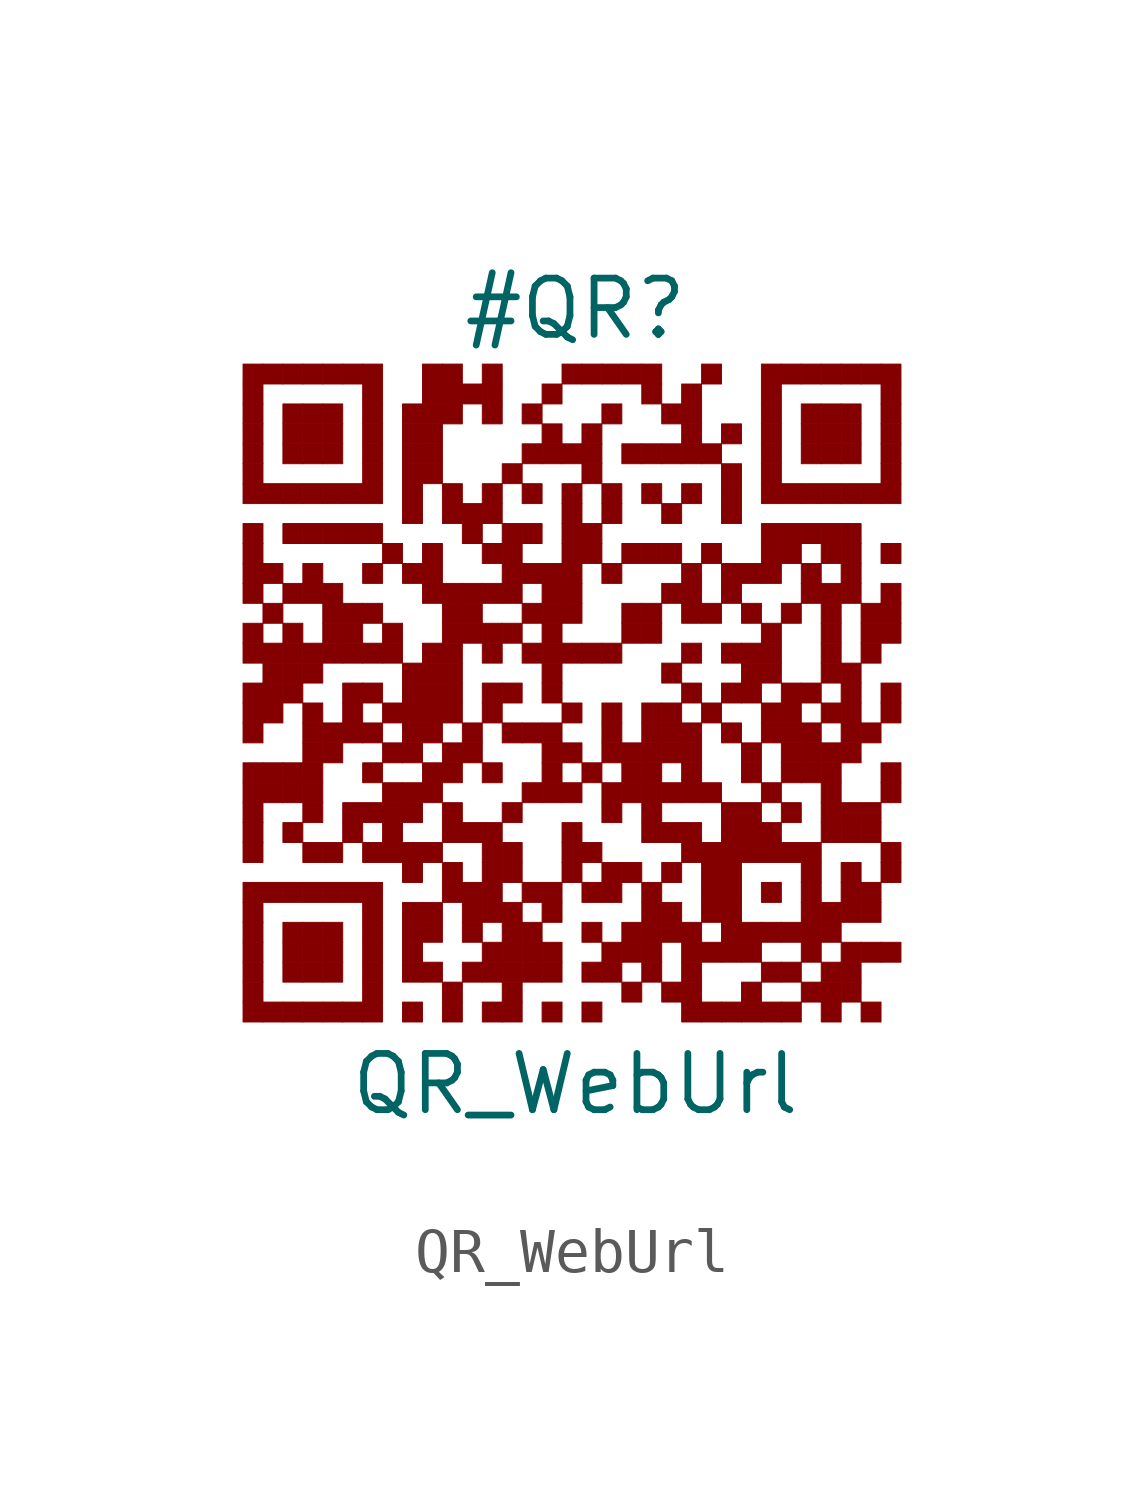
<source format=kicad_sym>
(kicad_symbol_lib
  (version 20211014)
  (generator kibot)
  (symbol "QR_WebUrl"
    (pin_numbers hide)
    (pin_names hide)
    (property "Reference" "#QR"
      (at 0 8.75 0))
    (property "Value" "QR_WebUrl"
      (at 0 -8.75 0))
    (rectangle
      (start -7.5 7.5)
      (end -7.05 7.05)
      (stroke (width 0.001) (type default) (color 0 0 0 0))
      (fill (type outline)))
    (rectangle
      (start -7.05 7.5)
      (end -6.6 7.05)
      (stroke (width 0.001) (type default) (color 0 0 0 0))
      (fill (type outline)))
    (rectangle
      (start -6.6 7.5)
      (end -6.15 7.05)
      (stroke (width 0.001) (type default) (color 0 0 0 0))
      (fill (type outline)))
    (rectangle
      (start -6.15 7.5)
      (end -5.7 7.05)
      (stroke (width 0.001) (type default) (color 0 0 0 0))
      (fill (type outline)))
    (rectangle
      (start -5.7 7.5)
      (end -5.25 7.05)
      (stroke (width 0.001) (type default) (color 0 0 0 0))
      (fill (type outline)))
    (rectangle
      (start -5.25 7.5)
      (end -4.8 7.05)
      (stroke (width 0.001) (type default) (color 0 0 0 0))
      (fill (type outline)))
    (rectangle
      (start -4.8 7.5)
      (end -4.35 7.05)
      (stroke (width 0.001) (type default) (color 0 0 0 0))
      (fill (type outline)))
    (rectangle
      (start -3.45 7.5)
      (end -3.0 7.05)
      (stroke (width 0.001) (type default) (color 0 0 0 0))
      (fill (type outline)))
    (rectangle
      (start -3.0 7.5)
      (end -2.55 7.05)
      (stroke (width 0.001) (type default) (color 0 0 0 0))
      (fill (type outline)))
    (rectangle
      (start -2.1 7.5)
      (end -1.65 7.05)
      (stroke (width 0.001) (type default) (color 0 0 0 0))
      (fill (type outline)))
    (rectangle
      (start -0.3 7.5)
      (end 0.15 7.05)
      (stroke (width 0.001) (type default) (color 0 0 0 0))
      (fill (type outline)))
    (rectangle
      (start 0.15 7.5)
      (end 0.6 7.05)
      (stroke (width 0.001) (type default) (color 0 0 0 0))
      (fill (type outline)))
    (rectangle
      (start 0.6 7.5)
      (end 1.05 7.05)
      (stroke (width 0.001) (type default) (color 0 0 0 0))
      (fill (type outline)))
    (rectangle
      (start 1.05 7.5)
      (end 1.5 7.05)
      (stroke (width 0.001) (type default) (color 0 0 0 0))
      (fill (type outline)))
    (rectangle
      (start 1.5 7.5)
      (end 1.95 7.05)
      (stroke (width 0.001) (type default) (color 0 0 0 0))
      (fill (type outline)))
    (rectangle
      (start 2.85 7.5)
      (end 3.3 7.05)
      (stroke (width 0.001) (type default) (color 0 0 0 0))
      (fill (type outline)))
    (rectangle
      (start 4.2 7.5)
      (end 4.65 7.05)
      (stroke (width 0.001) (type default) (color 0 0 0 0))
      (fill (type outline)))
    (rectangle
      (start 4.65 7.5)
      (end 5.1 7.05)
      (stroke (width 0.001) (type default) (color 0 0 0 0))
      (fill (type outline)))
    (rectangle
      (start 5.1 7.5)
      (end 5.55 7.05)
      (stroke (width 0.001) (type default) (color 0 0 0 0))
      (fill (type outline)))
    (rectangle
      (start 5.55 7.5)
      (end 6.0 7.05)
      (stroke (width 0.001) (type default) (color 0 0 0 0))
      (fill (type outline)))
    (rectangle
      (start 6.0 7.5)
      (end 6.45 7.05)
      (stroke (width 0.001) (type default) (color 0 0 0 0))
      (fill (type outline)))
    (rectangle
      (start 6.45 7.5)
      (end 6.9 7.05)
      (stroke (width 0.001) (type default) (color 0 0 0 0))
      (fill (type outline)))
    (rectangle
      (start 6.9 7.5)
      (end 7.35 7.05)
      (stroke (width 0.001) (type default) (color 0 0 0 0))
      (fill (type outline)))
    (rectangle
      (start -7.5 7.05)
      (end -7.05 6.6)
      (stroke (width 0.001) (type default) (color 0 0 0 0))
      (fill (type outline)))
    (rectangle
      (start -4.8 7.05)
      (end -4.35 6.6)
      (stroke (width 0.001) (type default) (color 0 0 0 0))
      (fill (type outline)))
    (rectangle
      (start -3.45 7.05)
      (end -3.0 6.6)
      (stroke (width 0.001) (type default) (color 0 0 0 0))
      (fill (type outline)))
    (rectangle
      (start -3.0 7.05)
      (end -2.55 6.6)
      (stroke (width 0.001) (type default) (color 0 0 0 0))
      (fill (type outline)))
    (rectangle
      (start -2.55 7.05)
      (end -2.1 6.6)
      (stroke (width 0.001) (type default) (color 0 0 0 0))
      (fill (type outline)))
    (rectangle
      (start -2.1 7.05)
      (end -1.65 6.6)
      (stroke (width 0.001) (type default) (color 0 0 0 0))
      (fill (type outline)))
    (rectangle
      (start -0.75 7.05)
      (end -0.3 6.6)
      (stroke (width 0.001) (type default) (color 0 0 0 0))
      (fill (type outline)))
    (rectangle
      (start 1.5 7.05)
      (end 1.95 6.6)
      (stroke (width 0.001) (type default) (color 0 0 0 0))
      (fill (type outline)))
    (rectangle
      (start 2.4 7.05)
      (end 2.85 6.6)
      (stroke (width 0.001) (type default) (color 0 0 0 0))
      (fill (type outline)))
    (rectangle
      (start 4.2 7.05)
      (end 4.65 6.6)
      (stroke (width 0.001) (type default) (color 0 0 0 0))
      (fill (type outline)))
    (rectangle
      (start 6.9 7.05)
      (end 7.35 6.6)
      (stroke (width 0.001) (type default) (color 0 0 0 0))
      (fill (type outline)))
    (rectangle
      (start -7.5 6.6)
      (end -7.05 6.15)
      (stroke (width 0.001) (type default) (color 0 0 0 0))
      (fill (type outline)))
    (rectangle
      (start -6.6 6.6)
      (end -6.15 6.15)
      (stroke (width 0.001) (type default) (color 0 0 0 0))
      (fill (type outline)))
    (rectangle
      (start -6.15 6.6)
      (end -5.7 6.15)
      (stroke (width 0.001) (type default) (color 0 0 0 0))
      (fill (type outline)))
    (rectangle
      (start -5.7 6.6)
      (end -5.25 6.15)
      (stroke (width 0.001) (type default) (color 0 0 0 0))
      (fill (type outline)))
    (rectangle
      (start -4.8 6.6)
      (end -4.35 6.15)
      (stroke (width 0.001) (type default) (color 0 0 0 0))
      (fill (type outline)))
    (rectangle
      (start -3.9 6.6)
      (end -3.45 6.15)
      (stroke (width 0.001) (type default) (color 0 0 0 0))
      (fill (type outline)))
    (rectangle
      (start -3.45 6.6)
      (end -3.0 6.15)
      (stroke (width 0.001) (type default) (color 0 0 0 0))
      (fill (type outline)))
    (rectangle
      (start -3.0 6.6)
      (end -2.55 6.15)
      (stroke (width 0.001) (type default) (color 0 0 0 0))
      (fill (type outline)))
    (rectangle
      (start -2.1 6.6)
      (end -1.65 6.15)
      (stroke (width 0.001) (type default) (color 0 0 0 0))
      (fill (type outline)))
    (rectangle
      (start -1.2 6.6)
      (end -0.75 6.15)
      (stroke (width 0.001) (type default) (color 0 0 0 0))
      (fill (type outline)))
    (rectangle
      (start 0.6 6.6)
      (end 1.05 6.15)
      (stroke (width 0.001) (type default) (color 0 0 0 0))
      (fill (type outline)))
    (rectangle
      (start 1.95 6.6)
      (end 2.4 6.15)
      (stroke (width 0.001) (type default) (color 0 0 0 0))
      (fill (type outline)))
    (rectangle
      (start 2.4 6.6)
      (end 2.85 6.15)
      (stroke (width 0.001) (type default) (color 0 0 0 0))
      (fill (type outline)))
    (rectangle
      (start 4.2 6.6)
      (end 4.65 6.15)
      (stroke (width 0.001) (type default) (color 0 0 0 0))
      (fill (type outline)))
    (rectangle
      (start 5.1 6.6)
      (end 5.55 6.15)
      (stroke (width 0.001) (type default) (color 0 0 0 0))
      (fill (type outline)))
    (rectangle
      (start 5.55 6.6)
      (end 6.0 6.15)
      (stroke (width 0.001) (type default) (color 0 0 0 0))
      (fill (type outline)))
    (rectangle
      (start 6.0 6.6)
      (end 6.45 6.15)
      (stroke (width 0.001) (type default) (color 0 0 0 0))
      (fill (type outline)))
    (rectangle
      (start 6.9 6.6)
      (end 7.35 6.15)
      (stroke (width 0.001) (type default) (color 0 0 0 0))
      (fill (type outline)))
    (rectangle
      (start -7.5 6.15)
      (end -7.05 5.7)
      (stroke (width 0.001) (type default) (color 0 0 0 0))
      (fill (type outline)))
    (rectangle
      (start -6.6 6.15)
      (end -6.15 5.7)
      (stroke (width 0.001) (type default) (color 0 0 0 0))
      (fill (type outline)))
    (rectangle
      (start -6.15 6.15)
      (end -5.7 5.7)
      (stroke (width 0.001) (type default) (color 0 0 0 0))
      (fill (type outline)))
    (rectangle
      (start -5.7 6.15)
      (end -5.25 5.7)
      (stroke (width 0.001) (type default) (color 0 0 0 0))
      (fill (type outline)))
    (rectangle
      (start -4.8 6.15)
      (end -4.35 5.7)
      (stroke (width 0.001) (type default) (color 0 0 0 0))
      (fill (type outline)))
    (rectangle
      (start -3.9 6.15)
      (end -3.45 5.7)
      (stroke (width 0.001) (type default) (color 0 0 0 0))
      (fill (type outline)))
    (rectangle
      (start -3.45 6.15)
      (end -3.0 5.7)
      (stroke (width 0.001) (type default) (color 0 0 0 0))
      (fill (type outline)))
    (rectangle
      (start -0.75 6.15)
      (end -0.3 5.7)
      (stroke (width 0.001) (type default) (color 0 0 0 0))
      (fill (type outline)))
    (rectangle
      (start 0.15 6.15)
      (end 0.6 5.7)
      (stroke (width 0.001) (type default) (color 0 0 0 0))
      (fill (type outline)))
    (rectangle
      (start 2.4 6.15)
      (end 2.85 5.7)
      (stroke (width 0.001) (type default) (color 0 0 0 0))
      (fill (type outline)))
    (rectangle
      (start 3.3 6.15)
      (end 3.75 5.7)
      (stroke (width 0.001) (type default) (color 0 0 0 0))
      (fill (type outline)))
    (rectangle
      (start 4.2 6.15)
      (end 4.65 5.7)
      (stroke (width 0.001) (type default) (color 0 0 0 0))
      (fill (type outline)))
    (rectangle
      (start 5.1 6.15)
      (end 5.55 5.7)
      (stroke (width 0.001) (type default) (color 0 0 0 0))
      (fill (type outline)))
    (rectangle
      (start 5.55 6.15)
      (end 6.0 5.7)
      (stroke (width 0.001) (type default) (color 0 0 0 0))
      (fill (type outline)))
    (rectangle
      (start 6.0 6.15)
      (end 6.45 5.7)
      (stroke (width 0.001) (type default) (color 0 0 0 0))
      (fill (type outline)))
    (rectangle
      (start 6.9 6.15)
      (end 7.35 5.7)
      (stroke (width 0.001) (type default) (color 0 0 0 0))
      (fill (type outline)))
    (rectangle
      (start -7.5 5.7)
      (end -7.05 5.25)
      (stroke (width 0.001) (type default) (color 0 0 0 0))
      (fill (type outline)))
    (rectangle
      (start -6.6 5.7)
      (end -6.15 5.25)
      (stroke (width 0.001) (type default) (color 0 0 0 0))
      (fill (type outline)))
    (rectangle
      (start -6.15 5.7)
      (end -5.7 5.25)
      (stroke (width 0.001) (type default) (color 0 0 0 0))
      (fill (type outline)))
    (rectangle
      (start -5.7 5.7)
      (end -5.25 5.25)
      (stroke (width 0.001) (type default) (color 0 0 0 0))
      (fill (type outline)))
    (rectangle
      (start -4.8 5.7)
      (end -4.35 5.25)
      (stroke (width 0.001) (type default) (color 0 0 0 0))
      (fill (type outline)))
    (rectangle
      (start -3.9 5.7)
      (end -3.45 5.25)
      (stroke (width 0.001) (type default) (color 0 0 0 0))
      (fill (type outline)))
    (rectangle
      (start -3.45 5.7)
      (end -3.0 5.25)
      (stroke (width 0.001) (type default) (color 0 0 0 0))
      (fill (type outline)))
    (rectangle
      (start -1.2 5.7)
      (end -0.75 5.25)
      (stroke (width 0.001) (type default) (color 0 0 0 0))
      (fill (type outline)))
    (rectangle
      (start -0.75 5.7)
      (end -0.3 5.25)
      (stroke (width 0.001) (type default) (color 0 0 0 0))
      (fill (type outline)))
    (rectangle
      (start -0.3 5.7)
      (end 0.15 5.25)
      (stroke (width 0.001) (type default) (color 0 0 0 0))
      (fill (type outline)))
    (rectangle
      (start 0.15 5.7)
      (end 0.6 5.25)
      (stroke (width 0.001) (type default) (color 0 0 0 0))
      (fill (type outline)))
    (rectangle
      (start 1.05 5.7)
      (end 1.5 5.25)
      (stroke (width 0.001) (type default) (color 0 0 0 0))
      (fill (type outline)))
    (rectangle
      (start 1.5 5.7)
      (end 1.95 5.25)
      (stroke (width 0.001) (type default) (color 0 0 0 0))
      (fill (type outline)))
    (rectangle
      (start 1.95 5.7)
      (end 2.4 5.25)
      (stroke (width 0.001) (type default) (color 0 0 0 0))
      (fill (type outline)))
    (rectangle
      (start 2.4 5.7)
      (end 2.85 5.25)
      (stroke (width 0.001) (type default) (color 0 0 0 0))
      (fill (type outline)))
    (rectangle
      (start 2.85 5.7)
      (end 3.3 5.25)
      (stroke (width 0.001) (type default) (color 0 0 0 0))
      (fill (type outline)))
    (rectangle
      (start 4.2 5.7)
      (end 4.65 5.25)
      (stroke (width 0.001) (type default) (color 0 0 0 0))
      (fill (type outline)))
    (rectangle
      (start 5.1 5.7)
      (end 5.55 5.25)
      (stroke (width 0.001) (type default) (color 0 0 0 0))
      (fill (type outline)))
    (rectangle
      (start 5.55 5.7)
      (end 6.0 5.25)
      (stroke (width 0.001) (type default) (color 0 0 0 0))
      (fill (type outline)))
    (rectangle
      (start 6.0 5.7)
      (end 6.45 5.25)
      (stroke (width 0.001) (type default) (color 0 0 0 0))
      (fill (type outline)))
    (rectangle
      (start 6.9 5.7)
      (end 7.35 5.25)
      (stroke (width 0.001) (type default) (color 0 0 0 0))
      (fill (type outline)))
    (rectangle
      (start -7.5 5.25)
      (end -7.05 4.8)
      (stroke (width 0.001) (type default) (color 0 0 0 0))
      (fill (type outline)))
    (rectangle
      (start -4.8 5.25)
      (end -4.35 4.8)
      (stroke (width 0.001) (type default) (color 0 0 0 0))
      (fill (type outline)))
    (rectangle
      (start -3.9 5.25)
      (end -3.45 4.8)
      (stroke (width 0.001) (type default) (color 0 0 0 0))
      (fill (type outline)))
    (rectangle
      (start -3.45 5.25)
      (end -3.0 4.8)
      (stroke (width 0.001) (type default) (color 0 0 0 0))
      (fill (type outline)))
    (rectangle
      (start -1.65 5.25)
      (end -1.2 4.8)
      (stroke (width 0.001) (type default) (color 0 0 0 0))
      (fill (type outline)))
    (rectangle
      (start 0.15 5.25)
      (end 0.6 4.8)
      (stroke (width 0.001) (type default) (color 0 0 0 0))
      (fill (type outline)))
    (rectangle
      (start 3.3 5.25)
      (end 3.75 4.8)
      (stroke (width 0.001) (type default) (color 0 0 0 0))
      (fill (type outline)))
    (rectangle
      (start 4.2 5.25)
      (end 4.65 4.8)
      (stroke (width 0.001) (type default) (color 0 0 0 0))
      (fill (type outline)))
    (rectangle
      (start 6.9 5.25)
      (end 7.35 4.8)
      (stroke (width 0.001) (type default) (color 0 0 0 0))
      (fill (type outline)))
    (rectangle
      (start -7.5 4.8)
      (end -7.05 4.35)
      (stroke (width 0.001) (type default) (color 0 0 0 0))
      (fill (type outline)))
    (rectangle
      (start -7.05 4.8)
      (end -6.6 4.35)
      (stroke (width 0.001) (type default) (color 0 0 0 0))
      (fill (type outline)))
    (rectangle
      (start -6.6 4.8)
      (end -6.15 4.35)
      (stroke (width 0.001) (type default) (color 0 0 0 0))
      (fill (type outline)))
    (rectangle
      (start -6.15 4.8)
      (end -5.7 4.35)
      (stroke (width 0.001) (type default) (color 0 0 0 0))
      (fill (type outline)))
    (rectangle
      (start -5.7 4.8)
      (end -5.25 4.35)
      (stroke (width 0.001) (type default) (color 0 0 0 0))
      (fill (type outline)))
    (rectangle
      (start -5.25 4.8)
      (end -4.8 4.35)
      (stroke (width 0.001) (type default) (color 0 0 0 0))
      (fill (type outline)))
    (rectangle
      (start -4.8 4.8)
      (end -4.35 4.35)
      (stroke (width 0.001) (type default) (color 0 0 0 0))
      (fill (type outline)))
    (rectangle
      (start -3.9 4.8)
      (end -3.45 4.35)
      (stroke (width 0.001) (type default) (color 0 0 0 0))
      (fill (type outline)))
    (rectangle
      (start -3.0 4.8)
      (end -2.55 4.35)
      (stroke (width 0.001) (type default) (color 0 0 0 0))
      (fill (type outline)))
    (rectangle
      (start -2.1 4.8)
      (end -1.65 4.35)
      (stroke (width 0.001) (type default) (color 0 0 0 0))
      (fill (type outline)))
    (rectangle
      (start -1.2 4.8)
      (end -0.75 4.35)
      (stroke (width 0.001) (type default) (color 0 0 0 0))
      (fill (type outline)))
    (rectangle
      (start -0.3 4.8)
      (end 0.15 4.35)
      (stroke (width 0.001) (type default) (color 0 0 0 0))
      (fill (type outline)))
    (rectangle
      (start 0.6 4.8)
      (end 1.05 4.35)
      (stroke (width 0.001) (type default) (color 0 0 0 0))
      (fill (type outline)))
    (rectangle
      (start 1.5 4.8)
      (end 1.95 4.35)
      (stroke (width 0.001) (type default) (color 0 0 0 0))
      (fill (type outline)))
    (rectangle
      (start 2.4 4.8)
      (end 2.85 4.35)
      (stroke (width 0.001) (type default) (color 0 0 0 0))
      (fill (type outline)))
    (rectangle
      (start 3.3 4.8)
      (end 3.75 4.35)
      (stroke (width 0.001) (type default) (color 0 0 0 0))
      (fill (type outline)))
    (rectangle
      (start 4.2 4.8)
      (end 4.65 4.35)
      (stroke (width 0.001) (type default) (color 0 0 0 0))
      (fill (type outline)))
    (rectangle
      (start 4.65 4.8)
      (end 5.1 4.35)
      (stroke (width 0.001) (type default) (color 0 0 0 0))
      (fill (type outline)))
    (rectangle
      (start 5.1 4.8)
      (end 5.55 4.35)
      (stroke (width 0.001) (type default) (color 0 0 0 0))
      (fill (type outline)))
    (rectangle
      (start 5.55 4.8)
      (end 6.0 4.35)
      (stroke (width 0.001) (type default) (color 0 0 0 0))
      (fill (type outline)))
    (rectangle
      (start 6.0 4.8)
      (end 6.45 4.35)
      (stroke (width 0.001) (type default) (color 0 0 0 0))
      (fill (type outline)))
    (rectangle
      (start 6.45 4.8)
      (end 6.9 4.35)
      (stroke (width 0.001) (type default) (color 0 0 0 0))
      (fill (type outline)))
    (rectangle
      (start 6.9 4.8)
      (end 7.35 4.35)
      (stroke (width 0.001) (type default) (color 0 0 0 0))
      (fill (type outline)))
    (rectangle
      (start -3.9 4.35)
      (end -3.45 3.9)
      (stroke (width 0.001) (type default) (color 0 0 0 0))
      (fill (type outline)))
    (rectangle
      (start -3.0 4.35)
      (end -2.55 3.9)
      (stroke (width 0.001) (type default) (color 0 0 0 0))
      (fill (type outline)))
    (rectangle
      (start -2.55 4.35)
      (end -2.1 3.9)
      (stroke (width 0.001) (type default) (color 0 0 0 0))
      (fill (type outline)))
    (rectangle
      (start -2.1 4.35)
      (end -1.65 3.9)
      (stroke (width 0.001) (type default) (color 0 0 0 0))
      (fill (type outline)))
    (rectangle
      (start -0.3 4.35)
      (end 0.15 3.9)
      (stroke (width 0.001) (type default) (color 0 0 0 0))
      (fill (type outline)))
    (rectangle
      (start 0.6 4.35)
      (end 1.05 3.9)
      (stroke (width 0.001) (type default) (color 0 0 0 0))
      (fill (type outline)))
    (rectangle
      (start 1.95 4.35)
      (end 2.4 3.9)
      (stroke (width 0.001) (type default) (color 0 0 0 0))
      (fill (type outline)))
    (rectangle
      (start 3.3 4.35)
      (end 3.75 3.9)
      (stroke (width 0.001) (type default) (color 0 0 0 0))
      (fill (type outline)))
    (rectangle
      (start -7.5 3.9)
      (end -7.05 3.45)
      (stroke (width 0.001) (type default) (color 0 0 0 0))
      (fill (type outline)))
    (rectangle
      (start -6.6 3.9)
      (end -6.15 3.45)
      (stroke (width 0.001) (type default) (color 0 0 0 0))
      (fill (type outline)))
    (rectangle
      (start -6.15 3.9)
      (end -5.7 3.45)
      (stroke (width 0.001) (type default) (color 0 0 0 0))
      (fill (type outline)))
    (rectangle
      (start -5.7 3.9)
      (end -5.25 3.45)
      (stroke (width 0.001) (type default) (color 0 0 0 0))
      (fill (type outline)))
    (rectangle
      (start -5.25 3.9)
      (end -4.8 3.45)
      (stroke (width 0.001) (type default) (color 0 0 0 0))
      (fill (type outline)))
    (rectangle
      (start -4.8 3.9)
      (end -4.35 3.45)
      (stroke (width 0.001) (type default) (color 0 0 0 0))
      (fill (type outline)))
    (rectangle
      (start -2.55 3.9)
      (end -2.1 3.45)
      (stroke (width 0.001) (type default) (color 0 0 0 0))
      (fill (type outline)))
    (rectangle
      (start -1.65 3.9)
      (end -1.2 3.45)
      (stroke (width 0.001) (type default) (color 0 0 0 0))
      (fill (type outline)))
    (rectangle
      (start -1.2 3.9)
      (end -0.75 3.45)
      (stroke (width 0.001) (type default) (color 0 0 0 0))
      (fill (type outline)))
    (rectangle
      (start -0.3 3.9)
      (end 0.15 3.45)
      (stroke (width 0.001) (type default) (color 0 0 0 0))
      (fill (type outline)))
    (rectangle
      (start 0.15 3.9)
      (end 0.6 3.45)
      (stroke (width 0.001) (type default) (color 0 0 0 0))
      (fill (type outline)))
    (rectangle
      (start 4.2 3.9)
      (end 4.65 3.45)
      (stroke (width 0.001) (type default) (color 0 0 0 0))
      (fill (type outline)))
    (rectangle
      (start 4.65 3.9)
      (end 5.1 3.45)
      (stroke (width 0.001) (type default) (color 0 0 0 0))
      (fill (type outline)))
    (rectangle
      (start 5.1 3.9)
      (end 5.55 3.45)
      (stroke (width 0.001) (type default) (color 0 0 0 0))
      (fill (type outline)))
    (rectangle
      (start 5.55 3.9)
      (end 6.0 3.45)
      (stroke (width 0.001) (type default) (color 0 0 0 0))
      (fill (type outline)))
    (rectangle
      (start 6.0 3.9)
      (end 6.45 3.45)
      (stroke (width 0.001) (type default) (color 0 0 0 0))
      (fill (type outline)))
    (rectangle
      (start -7.5 3.45)
      (end -7.05 3.0)
      (stroke (width 0.001) (type default) (color 0 0 0 0))
      (fill (type outline)))
    (rectangle
      (start -4.35 3.45)
      (end -3.9 3.0)
      (stroke (width 0.001) (type default) (color 0 0 0 0))
      (fill (type outline)))
    (rectangle
      (start -3.45 3.45)
      (end -3.0 3.0)
      (stroke (width 0.001) (type default) (color 0 0 0 0))
      (fill (type outline)))
    (rectangle
      (start -2.1 3.45)
      (end -1.65 3.0)
      (stroke (width 0.001) (type default) (color 0 0 0 0))
      (fill (type outline)))
    (rectangle
      (start -1.65 3.45)
      (end -1.2 3.0)
      (stroke (width 0.001) (type default) (color 0 0 0 0))
      (fill (type outline)))
    (rectangle
      (start -0.3 3.45)
      (end 0.15 3.0)
      (stroke (width 0.001) (type default) (color 0 0 0 0))
      (fill (type outline)))
    (rectangle
      (start 0.15 3.45)
      (end 0.6 3.0)
      (stroke (width 0.001) (type default) (color 0 0 0 0))
      (fill (type outline)))
    (rectangle
      (start 1.05 3.45)
      (end 1.5 3.0)
      (stroke (width 0.001) (type default) (color 0 0 0 0))
      (fill (type outline)))
    (rectangle
      (start 1.5 3.45)
      (end 1.95 3.0)
      (stroke (width 0.001) (type default) (color 0 0 0 0))
      (fill (type outline)))
    (rectangle
      (start 1.95 3.45)
      (end 2.4 3.0)
      (stroke (width 0.001) (type default) (color 0 0 0 0))
      (fill (type outline)))
    (rectangle
      (start 2.85 3.45)
      (end 3.3 3.0)
      (stroke (width 0.001) (type default) (color 0 0 0 0))
      (fill (type outline)))
    (rectangle
      (start 4.2 3.45)
      (end 4.65 3.0)
      (stroke (width 0.001) (type default) (color 0 0 0 0))
      (fill (type outline)))
    (rectangle
      (start 4.65 3.45)
      (end 5.1 3.0)
      (stroke (width 0.001) (type default) (color 0 0 0 0))
      (fill (type outline)))
    (rectangle
      (start 5.55 3.45)
      (end 6.0 3.0)
      (stroke (width 0.001) (type default) (color 0 0 0 0))
      (fill (type outline)))
    (rectangle
      (start 6.0 3.45)
      (end 6.45 3.0)
      (stroke (width 0.001) (type default) (color 0 0 0 0))
      (fill (type outline)))
    (rectangle
      (start 6.9 3.45)
      (end 7.35 3.0)
      (stroke (width 0.001) (type default) (color 0 0 0 0))
      (fill (type outline)))
    (rectangle
      (start -7.5 3.0)
      (end -7.05 2.55)
      (stroke (width 0.001) (type default) (color 0 0 0 0))
      (fill (type outline)))
    (rectangle
      (start -7.05 3.0)
      (end -6.6 2.55)
      (stroke (width 0.001) (type default) (color 0 0 0 0))
      (fill (type outline)))
    (rectangle
      (start -6.15 3.0)
      (end -5.7 2.55)
      (stroke (width 0.001) (type default) (color 0 0 0 0))
      (fill (type outline)))
    (rectangle
      (start -4.8 3.0)
      (end -4.35 2.55)
      (stroke (width 0.001) (type default) (color 0 0 0 0))
      (fill (type outline)))
    (rectangle
      (start -3.9 3.0)
      (end -3.45 2.55)
      (stroke (width 0.001) (type default) (color 0 0 0 0))
      (fill (type outline)))
    (rectangle
      (start -3.45 3.0)
      (end -3.0 2.55)
      (stroke (width 0.001) (type default) (color 0 0 0 0))
      (fill (type outline)))
    (rectangle
      (start -1.65 3.0)
      (end -1.2 2.55)
      (stroke (width 0.001) (type default) (color 0 0 0 0))
      (fill (type outline)))
    (rectangle
      (start -1.2 3.0)
      (end -0.75 2.55)
      (stroke (width 0.001) (type default) (color 0 0 0 0))
      (fill (type outline)))
    (rectangle
      (start -0.75 3.0)
      (end -0.3 2.55)
      (stroke (width 0.001) (type default) (color 0 0 0 0))
      (fill (type outline)))
    (rectangle
      (start -0.3 3.0)
      (end 0.15 2.55)
      (stroke (width 0.001) (type default) (color 0 0 0 0))
      (fill (type outline)))
    (rectangle
      (start 0.6 3.0)
      (end 1.05 2.55)
      (stroke (width 0.001) (type default) (color 0 0 0 0))
      (fill (type outline)))
    (rectangle
      (start 2.4 3.0)
      (end 2.85 2.55)
      (stroke (width 0.001) (type default) (color 0 0 0 0))
      (fill (type outline)))
    (rectangle
      (start 3.3 3.0)
      (end 3.75 2.55)
      (stroke (width 0.001) (type default) (color 0 0 0 0))
      (fill (type outline)))
    (rectangle
      (start 3.75 3.0)
      (end 4.2 2.55)
      (stroke (width 0.001) (type default) (color 0 0 0 0))
      (fill (type outline)))
    (rectangle
      (start 4.2 3.0)
      (end 4.65 2.55)
      (stroke (width 0.001) (type default) (color 0 0 0 0))
      (fill (type outline)))
    (rectangle
      (start 5.1 3.0)
      (end 5.55 2.55)
      (stroke (width 0.001) (type default) (color 0 0 0 0))
      (fill (type outline)))
    (rectangle
      (start 6.0 3.0)
      (end 6.45 2.55)
      (stroke (width 0.001) (type default) (color 0 0 0 0))
      (fill (type outline)))
    (rectangle
      (start -7.5 2.55)
      (end -7.05 2.1)
      (stroke (width 0.001) (type default) (color 0 0 0 0))
      (fill (type outline)))
    (rectangle
      (start -6.6 2.55)
      (end -6.15 2.1)
      (stroke (width 0.001) (type default) (color 0 0 0 0))
      (fill (type outline)))
    (rectangle
      (start -6.15 2.55)
      (end -5.7 2.1)
      (stroke (width 0.001) (type default) (color 0 0 0 0))
      (fill (type outline)))
    (rectangle
      (start -5.7 2.55)
      (end -5.25 2.1)
      (stroke (width 0.001) (type default) (color 0 0 0 0))
      (fill (type outline)))
    (rectangle
      (start -3.45 2.55)
      (end -3.0 2.1)
      (stroke (width 0.001) (type default) (color 0 0 0 0))
      (fill (type outline)))
    (rectangle
      (start -3.0 2.55)
      (end -2.55 2.1)
      (stroke (width 0.001) (type default) (color 0 0 0 0))
      (fill (type outline)))
    (rectangle
      (start -2.55 2.55)
      (end -2.1 2.1)
      (stroke (width 0.001) (type default) (color 0 0 0 0))
      (fill (type outline)))
    (rectangle
      (start -2.1 2.55)
      (end -1.65 2.1)
      (stroke (width 0.001) (type default) (color 0 0 0 0))
      (fill (type outline)))
    (rectangle
      (start -1.65 2.55)
      (end -1.2 2.1)
      (stroke (width 0.001) (type default) (color 0 0 0 0))
      (fill (type outline)))
    (rectangle
      (start -0.75 2.55)
      (end -0.3 2.1)
      (stroke (width 0.001) (type default) (color 0 0 0 0))
      (fill (type outline)))
    (rectangle
      (start -0.3 2.55)
      (end 0.15 2.1)
      (stroke (width 0.001) (type default) (color 0 0 0 0))
      (fill (type outline)))
    (rectangle
      (start 1.95 2.55)
      (end 2.4 2.1)
      (stroke (width 0.001) (type default) (color 0 0 0 0))
      (fill (type outline)))
    (rectangle
      (start 2.4 2.55)
      (end 2.85 2.1)
      (stroke (width 0.001) (type default) (color 0 0 0 0))
      (fill (type outline)))
    (rectangle
      (start 3.3 2.55)
      (end 3.75 2.1)
      (stroke (width 0.001) (type default) (color 0 0 0 0))
      (fill (type outline)))
    (rectangle
      (start 5.1 2.55)
      (end 5.55 2.1)
      (stroke (width 0.001) (type default) (color 0 0 0 0))
      (fill (type outline)))
    (rectangle
      (start 5.55 2.55)
      (end 6.0 2.1)
      (stroke (width 0.001) (type default) (color 0 0 0 0))
      (fill (type outline)))
    (rectangle
      (start 6.0 2.55)
      (end 6.45 2.1)
      (stroke (width 0.001) (type default) (color 0 0 0 0))
      (fill (type outline)))
    (rectangle
      (start 6.9 2.55)
      (end 7.35 2.1)
      (stroke (width 0.001) (type default) (color 0 0 0 0))
      (fill (type outline)))
    (rectangle
      (start -7.05 2.1)
      (end -6.6 1.65)
      (stroke (width 0.001) (type default) (color 0 0 0 0))
      (fill (type outline)))
    (rectangle
      (start -5.7 2.1)
      (end -5.25 1.65)
      (stroke (width 0.001) (type default) (color 0 0 0 0))
      (fill (type outline)))
    (rectangle
      (start -5.25 2.1)
      (end -4.8 1.65)
      (stroke (width 0.001) (type default) (color 0 0 0 0))
      (fill (type outline)))
    (rectangle
      (start -4.8 2.1)
      (end -4.35 1.65)
      (stroke (width 0.001) (type default) (color 0 0 0 0))
      (fill (type outline)))
    (rectangle
      (start -3.0 2.1)
      (end -2.55 1.65)
      (stroke (width 0.001) (type default) (color 0 0 0 0))
      (fill (type outline)))
    (rectangle
      (start -2.55 2.1)
      (end -2.1 1.65)
      (stroke (width 0.001) (type default) (color 0 0 0 0))
      (fill (type outline)))
    (rectangle
      (start -1.2 2.1)
      (end -0.75 1.65)
      (stroke (width 0.001) (type default) (color 0 0 0 0))
      (fill (type outline)))
    (rectangle
      (start -0.75 2.1)
      (end -0.3 1.65)
      (stroke (width 0.001) (type default) (color 0 0 0 0))
      (fill (type outline)))
    (rectangle
      (start -0.3 2.1)
      (end 0.15 1.65)
      (stroke (width 0.001) (type default) (color 0 0 0 0))
      (fill (type outline)))
    (rectangle
      (start 1.05 2.1)
      (end 1.5 1.65)
      (stroke (width 0.001) (type default) (color 0 0 0 0))
      (fill (type outline)))
    (rectangle
      (start 1.5 2.1)
      (end 1.95 1.65)
      (stroke (width 0.001) (type default) (color 0 0 0 0))
      (fill (type outline)))
    (rectangle
      (start 2.4 2.1)
      (end 2.85 1.65)
      (stroke (width 0.001) (type default) (color 0 0 0 0))
      (fill (type outline)))
    (rectangle
      (start 2.85 2.1)
      (end 3.3 1.65)
      (stroke (width 0.001) (type default) (color 0 0 0 0))
      (fill (type outline)))
    (rectangle
      (start 3.75 2.1)
      (end 4.2 1.65)
      (stroke (width 0.001) (type default) (color 0 0 0 0))
      (fill (type outline)))
    (rectangle
      (start 4.65 2.1)
      (end 5.1 1.65)
      (stroke (width 0.001) (type default) (color 0 0 0 0))
      (fill (type outline)))
    (rectangle
      (start 5.55 2.1)
      (end 6.0 1.65)
      (stroke (width 0.001) (type default) (color 0 0 0 0))
      (fill (type outline)))
    (rectangle
      (start 6.45 2.1)
      (end 6.9 1.65)
      (stroke (width 0.001) (type default) (color 0 0 0 0))
      (fill (type outline)))
    (rectangle
      (start 6.9 2.1)
      (end 7.35 1.65)
      (stroke (width 0.001) (type default) (color 0 0 0 0))
      (fill (type outline)))
    (rectangle
      (start -7.5 1.65)
      (end -7.05 1.2)
      (stroke (width 0.001) (type default) (color 0 0 0 0))
      (fill (type outline)))
    (rectangle
      (start -6.6 1.65)
      (end -6.15 1.2)
      (stroke (width 0.001) (type default) (color 0 0 0 0))
      (fill (type outline)))
    (rectangle
      (start -5.7 1.65)
      (end -5.25 1.2)
      (stroke (width 0.001) (type default) (color 0 0 0 0))
      (fill (type outline)))
    (rectangle
      (start -5.25 1.65)
      (end -4.8 1.2)
      (stroke (width 0.001) (type default) (color 0 0 0 0))
      (fill (type outline)))
    (rectangle
      (start -4.35 1.65)
      (end -3.9 1.2)
      (stroke (width 0.001) (type default) (color 0 0 0 0))
      (fill (type outline)))
    (rectangle
      (start -3.0 1.65)
      (end -2.55 1.2)
      (stroke (width 0.001) (type default) (color 0 0 0 0))
      (fill (type outline)))
    (rectangle
      (start -2.55 1.65)
      (end -2.1 1.2)
      (stroke (width 0.001) (type default) (color 0 0 0 0))
      (fill (type outline)))
    (rectangle
      (start -2.1 1.65)
      (end -1.65 1.2)
      (stroke (width 0.001) (type default) (color 0 0 0 0))
      (fill (type outline)))
    (rectangle
      (start -1.65 1.65)
      (end -1.2 1.2)
      (stroke (width 0.001) (type default) (color 0 0 0 0))
      (fill (type outline)))
    (rectangle
      (start -0.75 1.65)
      (end -0.3 1.2)
      (stroke (width 0.001) (type default) (color 0 0 0 0))
      (fill (type outline)))
    (rectangle
      (start 1.05 1.65)
      (end 1.5 1.2)
      (stroke (width 0.001) (type default) (color 0 0 0 0))
      (fill (type outline)))
    (rectangle
      (start 1.5 1.65)
      (end 1.95 1.2)
      (stroke (width 0.001) (type default) (color 0 0 0 0))
      (fill (type outline)))
    (rectangle
      (start 4.2 1.65)
      (end 4.65 1.2)
      (stroke (width 0.001) (type default) (color 0 0 0 0))
      (fill (type outline)))
    (rectangle
      (start 5.55 1.65)
      (end 6.0 1.2)
      (stroke (width 0.001) (type default) (color 0 0 0 0))
      (fill (type outline)))
    (rectangle
      (start 6.45 1.65)
      (end 6.9 1.2)
      (stroke (width 0.001) (type default) (color 0 0 0 0))
      (fill (type outline)))
    (rectangle
      (start 6.9 1.65)
      (end 7.35 1.2)
      (stroke (width 0.001) (type default) (color 0 0 0 0))
      (fill (type outline)))
    (rectangle
      (start -7.5 1.2)
      (end -7.05 0.75)
      (stroke (width 0.001) (type default) (color 0 0 0 0))
      (fill (type outline)))
    (rectangle
      (start -7.05 1.2)
      (end -6.6 0.75)
      (stroke (width 0.001) (type default) (color 0 0 0 0))
      (fill (type outline)))
    (rectangle
      (start -6.6 1.2)
      (end -6.15 0.75)
      (stroke (width 0.001) (type default) (color 0 0 0 0))
      (fill (type outline)))
    (rectangle
      (start -6.15 1.2)
      (end -5.7 0.75)
      (stroke (width 0.001) (type default) (color 0 0 0 0))
      (fill (type outline)))
    (rectangle
      (start -5.7 1.2)
      (end -5.25 0.75)
      (stroke (width 0.001) (type default) (color 0 0 0 0))
      (fill (type outline)))
    (rectangle
      (start -5.25 1.2)
      (end -4.8 0.75)
      (stroke (width 0.001) (type default) (color 0 0 0 0))
      (fill (type outline)))
    (rectangle
      (start -4.8 1.2)
      (end -4.35 0.75)
      (stroke (width 0.001) (type default) (color 0 0 0 0))
      (fill (type outline)))
    (rectangle
      (start -4.35 1.2)
      (end -3.9 0.75)
      (stroke (width 0.001) (type default) (color 0 0 0 0))
      (fill (type outline)))
    (rectangle
      (start -3.45 1.2)
      (end -3.0 0.75)
      (stroke (width 0.001) (type default) (color 0 0 0 0))
      (fill (type outline)))
    (rectangle
      (start -3.0 1.2)
      (end -2.55 0.75)
      (stroke (width 0.001) (type default) (color 0 0 0 0))
      (fill (type outline)))
    (rectangle
      (start -2.1 1.2)
      (end -1.65 0.75)
      (stroke (width 0.001) (type default) (color 0 0 0 0))
      (fill (type outline)))
    (rectangle
      (start -1.2 1.2)
      (end -0.75 0.75)
      (stroke (width 0.001) (type default) (color 0 0 0 0))
      (fill (type outline)))
    (rectangle
      (start -0.75 1.2)
      (end -0.3 0.75)
      (stroke (width 0.001) (type default) (color 0 0 0 0))
      (fill (type outline)))
    (rectangle
      (start -0.3 1.2)
      (end 0.15 0.75)
      (stroke (width 0.001) (type default) (color 0 0 0 0))
      (fill (type outline)))
    (rectangle
      (start 0.15 1.2)
      (end 0.6 0.75)
      (stroke (width 0.001) (type default) (color 0 0 0 0))
      (fill (type outline)))
    (rectangle
      (start 0.6 1.2)
      (end 1.05 0.75)
      (stroke (width 0.001) (type default) (color 0 0 0 0))
      (fill (type outline)))
    (rectangle
      (start 2.4 1.2)
      (end 2.85 0.75)
      (stroke (width 0.001) (type default) (color 0 0 0 0))
      (fill (type outline)))
    (rectangle
      (start 3.3 1.2)
      (end 3.75 0.75)
      (stroke (width 0.001) (type default) (color 0 0 0 0))
      (fill (type outline)))
    (rectangle
      (start 3.75 1.2)
      (end 4.2 0.75)
      (stroke (width 0.001) (type default) (color 0 0 0 0))
      (fill (type outline)))
    (rectangle
      (start 4.2 1.2)
      (end 4.65 0.75)
      (stroke (width 0.001) (type default) (color 0 0 0 0))
      (fill (type outline)))
    (rectangle
      (start 5.55 1.2)
      (end 6.0 0.75)
      (stroke (width 0.001) (type default) (color 0 0 0 0))
      (fill (type outline)))
    (rectangle
      (start 6.45 1.2)
      (end 6.9 0.75)
      (stroke (width 0.001) (type default) (color 0 0 0 0))
      (fill (type outline)))
    (rectangle
      (start -7.05 0.75)
      (end -6.6 0.3)
      (stroke (width 0.001) (type default) (color 0 0 0 0))
      (fill (type outline)))
    (rectangle
      (start -6.6 0.75)
      (end -6.15 0.3)
      (stroke (width 0.001) (type default) (color 0 0 0 0))
      (fill (type outline)))
    (rectangle
      (start -6.15 0.75)
      (end -5.7 0.3)
      (stroke (width 0.001) (type default) (color 0 0 0 0))
      (fill (type outline)))
    (rectangle
      (start -3.9 0.75)
      (end -3.45 0.3)
      (stroke (width 0.001) (type default) (color 0 0 0 0))
      (fill (type outline)))
    (rectangle
      (start -3.45 0.75)
      (end -3.0 0.3)
      (stroke (width 0.001) (type default) (color 0 0 0 0))
      (fill (type outline)))
    (rectangle
      (start -3.0 0.75)
      (end -2.55 0.3)
      (stroke (width 0.001) (type default) (color 0 0 0 0))
      (fill (type outline)))
    (rectangle
      (start -0.75 0.75)
      (end -0.3 0.3)
      (stroke (width 0.001) (type default) (color 0 0 0 0))
      (fill (type outline)))
    (rectangle
      (start 1.95 0.75)
      (end 2.4 0.3)
      (stroke (width 0.001) (type default) (color 0 0 0 0))
      (fill (type outline)))
    (rectangle
      (start 3.75 0.75)
      (end 4.2 0.3)
      (stroke (width 0.001) (type default) (color 0 0 0 0))
      (fill (type outline)))
    (rectangle
      (start 4.2 0.75)
      (end 4.65 0.3)
      (stroke (width 0.001) (type default) (color 0 0 0 0))
      (fill (type outline)))
    (rectangle
      (start 5.55 0.75)
      (end 6.0 0.3)
      (stroke (width 0.001) (type default) (color 0 0 0 0))
      (fill (type outline)))
    (rectangle
      (start 6.0 0.75)
      (end 6.45 0.3)
      (stroke (width 0.001) (type default) (color 0 0 0 0))
      (fill (type outline)))
    (rectangle
      (start -7.5 0.3)
      (end -7.05 -0.15)
      (stroke (width 0.001) (type default) (color 0 0 0 0))
      (fill (type outline)))
    (rectangle
      (start -7.05 0.3)
      (end -6.6 -0.15)
      (stroke (width 0.001) (type default) (color 0 0 0 0))
      (fill (type outline)))
    (rectangle
      (start -6.6 0.3)
      (end -6.15 -0.15)
      (stroke (width 0.001) (type default) (color 0 0 0 0))
      (fill (type outline)))
    (rectangle
      (start -5.25 0.3)
      (end -4.8 -0.15)
      (stroke (width 0.001) (type default) (color 0 0 0 0))
      (fill (type outline)))
    (rectangle
      (start -4.8 0.3)
      (end -4.35 -0.15)
      (stroke (width 0.001) (type default) (color 0 0 0 0))
      (fill (type outline)))
    (rectangle
      (start -3.9 0.3)
      (end -3.45 -0.15)
      (stroke (width 0.001) (type default) (color 0 0 0 0))
      (fill (type outline)))
    (rectangle
      (start -3.45 0.3)
      (end -3.0 -0.15)
      (stroke (width 0.001) (type default) (color 0 0 0 0))
      (fill (type outline)))
    (rectangle
      (start -3.0 0.3)
      (end -2.55 -0.15)
      (stroke (width 0.001) (type default) (color 0 0 0 0))
      (fill (type outline)))
    (rectangle
      (start -2.1 0.3)
      (end -1.65 -0.15)
      (stroke (width 0.001) (type default) (color 0 0 0 0))
      (fill (type outline)))
    (rectangle
      (start -1.65 0.3)
      (end -1.2 -0.15)
      (stroke (width 0.001) (type default) (color 0 0 0 0))
      (fill (type outline)))
    (rectangle
      (start -0.75 0.3)
      (end -0.3 -0.15)
      (stroke (width 0.001) (type default) (color 0 0 0 0))
      (fill (type outline)))
    (rectangle
      (start 2.4 0.3)
      (end 2.85 -0.15)
      (stroke (width 0.001) (type default) (color 0 0 0 0))
      (fill (type outline)))
    (rectangle
      (start 3.3 0.3)
      (end 3.75 -0.15)
      (stroke (width 0.001) (type default) (color 0 0 0 0))
      (fill (type outline)))
    (rectangle
      (start 3.75 0.3)
      (end 4.2 -0.15)
      (stroke (width 0.001) (type default) (color 0 0 0 0))
      (fill (type outline)))
    (rectangle
      (start 4.65 0.3)
      (end 5.1 -0.15)
      (stroke (width 0.001) (type default) (color 0 0 0 0))
      (fill (type outline)))
    (rectangle
      (start 5.1 0.3)
      (end 5.55 -0.15)
      (stroke (width 0.001) (type default) (color 0 0 0 0))
      (fill (type outline)))
    (rectangle
      (start 6.0 0.3)
      (end 6.45 -0.15)
      (stroke (width 0.001) (type default) (color 0 0 0 0))
      (fill (type outline)))
    (rectangle
      (start 6.9 0.3)
      (end 7.35 -0.15)
      (stroke (width 0.001) (type default) (color 0 0 0 0))
      (fill (type outline)))
    (rectangle
      (start -7.5 -0.15)
      (end -7.05 -0.6)
      (stroke (width 0.001) (type default) (color 0 0 0 0))
      (fill (type outline)))
    (rectangle
      (start -7.05 -0.15)
      (end -6.6 -0.6)
      (stroke (width 0.001) (type default) (color 0 0 0 0))
      (fill (type outline)))
    (rectangle
      (start -6.15 -0.15)
      (end -5.7 -0.6)
      (stroke (width 0.001) (type default) (color 0 0 0 0))
      (fill (type outline)))
    (rectangle
      (start -5.25 -0.15)
      (end -4.8 -0.6)
      (stroke (width 0.001) (type default) (color 0 0 0 0))
      (fill (type outline)))
    (rectangle
      (start -4.35 -0.15)
      (end -3.9 -0.6)
      (stroke (width 0.001) (type default) (color 0 0 0 0))
      (fill (type outline)))
    (rectangle
      (start -3.9 -0.15)
      (end -3.45 -0.6)
      (stroke (width 0.001) (type default) (color 0 0 0 0))
      (fill (type outline)))
    (rectangle
      (start -3.45 -0.15)
      (end -3.0 -0.6)
      (stroke (width 0.001) (type default) (color 0 0 0 0))
      (fill (type outline)))
    (rectangle
      (start -3.0 -0.15)
      (end -2.55 -0.6)
      (stroke (width 0.001) (type default) (color 0 0 0 0))
      (fill (type outline)))
    (rectangle
      (start -2.1 -0.15)
      (end -1.65 -0.6)
      (stroke (width 0.001) (type default) (color 0 0 0 0))
      (fill (type outline)))
    (rectangle
      (start -0.3 -0.15)
      (end 0.15 -0.6)
      (stroke (width 0.001) (type default) (color 0 0 0 0))
      (fill (type outline)))
    (rectangle
      (start 0.6 -0.15)
      (end 1.05 -0.6)
      (stroke (width 0.001) (type default) (color 0 0 0 0))
      (fill (type outline)))
    (rectangle
      (start 1.5 -0.15)
      (end 1.95 -0.6)
      (stroke (width 0.001) (type default) (color 0 0 0 0))
      (fill (type outline)))
    (rectangle
      (start 1.95 -0.15)
      (end 2.4 -0.6)
      (stroke (width 0.001) (type default) (color 0 0 0 0))
      (fill (type outline)))
    (rectangle
      (start 2.85 -0.15)
      (end 3.3 -0.6)
      (stroke (width 0.001) (type default) (color 0 0 0 0))
      (fill (type outline)))
    (rectangle
      (start 4.2 -0.15)
      (end 4.65 -0.6)
      (stroke (width 0.001) (type default) (color 0 0 0 0))
      (fill (type outline)))
    (rectangle
      (start 4.65 -0.15)
      (end 5.1 -0.6)
      (stroke (width 0.001) (type default) (color 0 0 0 0))
      (fill (type outline)))
    (rectangle
      (start 5.55 -0.15)
      (end 6.0 -0.6)
      (stroke (width 0.001) (type default) (color 0 0 0 0))
      (fill (type outline)))
    (rectangle
      (start 6.0 -0.15)
      (end 6.45 -0.6)
      (stroke (width 0.001) (type default) (color 0 0 0 0))
      (fill (type outline)))
    (rectangle
      (start 6.9 -0.15)
      (end 7.35 -0.6)
      (stroke (width 0.001) (type default) (color 0 0 0 0))
      (fill (type outline)))
    (rectangle
      (start -7.5 -0.6)
      (end -7.05 -1.05)
      (stroke (width 0.001) (type default) (color 0 0 0 0))
      (fill (type outline)))
    (rectangle
      (start -6.15 -0.6)
      (end -5.7 -1.05)
      (stroke (width 0.001) (type default) (color 0 0 0 0))
      (fill (type outline)))
    (rectangle
      (start -5.7 -0.6)
      (end -5.25 -1.05)
      (stroke (width 0.001) (type default) (color 0 0 0 0))
      (fill (type outline)))
    (rectangle
      (start -5.25 -0.6)
      (end -4.8 -1.05)
      (stroke (width 0.001) (type default) (color 0 0 0 0))
      (fill (type outline)))
    (rectangle
      (start -4.8 -0.6)
      (end -4.35 -1.05)
      (stroke (width 0.001) (type default) (color 0 0 0 0))
      (fill (type outline)))
    (rectangle
      (start -3.9 -0.6)
      (end -3.45 -1.05)
      (stroke (width 0.001) (type default) (color 0 0 0 0))
      (fill (type outline)))
    (rectangle
      (start -3.45 -0.6)
      (end -3.0 -1.05)
      (stroke (width 0.001) (type default) (color 0 0 0 0))
      (fill (type outline)))
    (rectangle
      (start -2.55 -0.6)
      (end -2.1 -1.05)
      (stroke (width 0.001) (type default) (color 0 0 0 0))
      (fill (type outline)))
    (rectangle
      (start -1.65 -0.6)
      (end -1.2 -1.05)
      (stroke (width 0.001) (type default) (color 0 0 0 0))
      (fill (type outline)))
    (rectangle
      (start -1.2 -0.6)
      (end -0.75 -1.05)
      (stroke (width 0.001) (type default) (color 0 0 0 0))
      (fill (type outline)))
    (rectangle
      (start -0.75 -0.6)
      (end -0.3 -1.05)
      (stroke (width 0.001) (type default) (color 0 0 0 0))
      (fill (type outline)))
    (rectangle
      (start 0.6 -0.6)
      (end 1.05 -1.05)
      (stroke (width 0.001) (type default) (color 0 0 0 0))
      (fill (type outline)))
    (rectangle
      (start 1.5 -0.6)
      (end 1.95 -1.05)
      (stroke (width 0.001) (type default) (color 0 0 0 0))
      (fill (type outline)))
    (rectangle
      (start 1.95 -0.6)
      (end 2.4 -1.05)
      (stroke (width 0.001) (type default) (color 0 0 0 0))
      (fill (type outline)))
    (rectangle
      (start 2.4 -0.6)
      (end 2.85 -1.05)
      (stroke (width 0.001) (type default) (color 0 0 0 0))
      (fill (type outline)))
    (rectangle
      (start 3.3 -0.6)
      (end 3.75 -1.05)
      (stroke (width 0.001) (type default) (color 0 0 0 0))
      (fill (type outline)))
    (rectangle
      (start 4.2 -0.6)
      (end 4.65 -1.05)
      (stroke (width 0.001) (type default) (color 0 0 0 0))
      (fill (type outline)))
    (rectangle
      (start 4.65 -0.6)
      (end 5.1 -1.05)
      (stroke (width 0.001) (type default) (color 0 0 0 0))
      (fill (type outline)))
    (rectangle
      (start 5.1 -0.6)
      (end 5.55 -1.05)
      (stroke (width 0.001) (type default) (color 0 0 0 0))
      (fill (type outline)))
    (rectangle
      (start 6.0 -0.6)
      (end 6.45 -1.05)
      (stroke (width 0.001) (type default) (color 0 0 0 0))
      (fill (type outline)))
    (rectangle
      (start 6.45 -0.6)
      (end 6.9 -1.05)
      (stroke (width 0.001) (type default) (color 0 0 0 0))
      (fill (type outline)))
    (rectangle
      (start -6.15 -1.05)
      (end -5.7 -1.5)
      (stroke (width 0.001) (type default) (color 0 0 0 0))
      (fill (type outline)))
    (rectangle
      (start -5.7 -1.05)
      (end -5.25 -1.5)
      (stroke (width 0.001) (type default) (color 0 0 0 0))
      (fill (type outline)))
    (rectangle
      (start -4.35 -1.05)
      (end -3.9 -1.5)
      (stroke (width 0.001) (type default) (color 0 0 0 0))
      (fill (type outline)))
    (rectangle
      (start -3.9 -1.05)
      (end -3.45 -1.5)
      (stroke (width 0.001) (type default) (color 0 0 0 0))
      (fill (type outline)))
    (rectangle
      (start -3.0 -1.05)
      (end -2.55 -1.5)
      (stroke (width 0.001) (type default) (color 0 0 0 0))
      (fill (type outline)))
    (rectangle
      (start -2.55 -1.05)
      (end -2.1 -1.5)
      (stroke (width 0.001) (type default) (color 0 0 0 0))
      (fill (type outline)))
    (rectangle
      (start -0.75 -1.05)
      (end -0.3 -1.5)
      (stroke (width 0.001) (type default) (color 0 0 0 0))
      (fill (type outline)))
    (rectangle
      (start -0.3 -1.05)
      (end 0.15 -1.5)
      (stroke (width 0.001) (type default) (color 0 0 0 0))
      (fill (type outline)))
    (rectangle
      (start 0.6 -1.05)
      (end 1.05 -1.5)
      (stroke (width 0.001) (type default) (color 0 0 0 0))
      (fill (type outline)))
    (rectangle
      (start 1.05 -1.05)
      (end 1.5 -1.5)
      (stroke (width 0.001) (type default) (color 0 0 0 0))
      (fill (type outline)))
    (rectangle
      (start 1.5 -1.05)
      (end 1.95 -1.5)
      (stroke (width 0.001) (type default) (color 0 0 0 0))
      (fill (type outline)))
    (rectangle
      (start 1.95 -1.05)
      (end 2.4 -1.5)
      (stroke (width 0.001) (type default) (color 0 0 0 0))
      (fill (type outline)))
    (rectangle
      (start 2.4 -1.05)
      (end 2.85 -1.5)
      (stroke (width 0.001) (type default) (color 0 0 0 0))
      (fill (type outline)))
    (rectangle
      (start 3.75 -1.05)
      (end 4.2 -1.5)
      (stroke (width 0.001) (type default) (color 0 0 0 0))
      (fill (type outline)))
    (rectangle
      (start 4.65 -1.05)
      (end 5.1 -1.5)
      (stroke (width 0.001) (type default) (color 0 0 0 0))
      (fill (type outline)))
    (rectangle
      (start 5.1 -1.05)
      (end 5.55 -1.5)
      (stroke (width 0.001) (type default) (color 0 0 0 0))
      (fill (type outline)))
    (rectangle
      (start 5.55 -1.05)
      (end 6.0 -1.5)
      (stroke (width 0.001) (type default) (color 0 0 0 0))
      (fill (type outline)))
    (rectangle
      (start 6.0 -1.05)
      (end 6.45 -1.5)
      (stroke (width 0.001) (type default) (color 0 0 0 0))
      (fill (type outline)))
    (rectangle
      (start -7.5 -1.5)
      (end -7.05 -1.95)
      (stroke (width 0.001) (type default) (color 0 0 0 0))
      (fill (type outline)))
    (rectangle
      (start -7.05 -1.5)
      (end -6.6 -1.95)
      (stroke (width 0.001) (type default) (color 0 0 0 0))
      (fill (type outline)))
    (rectangle
      (start -6.6 -1.5)
      (end -6.15 -1.95)
      (stroke (width 0.001) (type default) (color 0 0 0 0))
      (fill (type outline)))
    (rectangle
      (start -6.15 -1.5)
      (end -5.7 -1.95)
      (stroke (width 0.001) (type default) (color 0 0 0 0))
      (fill (type outline)))
    (rectangle
      (start -4.8 -1.5)
      (end -4.35 -1.95)
      (stroke (width 0.001) (type default) (color 0 0 0 0))
      (fill (type outline)))
    (rectangle
      (start -3.45 -1.5)
      (end -3.0 -1.95)
      (stroke (width 0.001) (type default) (color 0 0 0 0))
      (fill (type outline)))
    (rectangle
      (start -3.0 -1.5)
      (end -2.55 -1.95)
      (stroke (width 0.001) (type default) (color 0 0 0 0))
      (fill (type outline)))
    (rectangle
      (start -2.1 -1.5)
      (end -1.65 -1.95)
      (stroke (width 0.001) (type default) (color 0 0 0 0))
      (fill (type outline)))
    (rectangle
      (start -0.75 -1.5)
      (end -0.3 -1.95)
      (stroke (width 0.001) (type default) (color 0 0 0 0))
      (fill (type outline)))
    (rectangle
      (start 0.15 -1.5)
      (end 0.6 -1.95)
      (stroke (width 0.001) (type default) (color 0 0 0 0))
      (fill (type outline)))
    (rectangle
      (start 1.05 -1.5)
      (end 1.5 -1.95)
      (stroke (width 0.001) (type default) (color 0 0 0 0))
      (fill (type outline)))
    (rectangle
      (start 1.5 -1.5)
      (end 1.95 -1.95)
      (stroke (width 0.001) (type default) (color 0 0 0 0))
      (fill (type outline)))
    (rectangle
      (start 2.4 -1.5)
      (end 2.85 -1.95)
      (stroke (width 0.001) (type default) (color 0 0 0 0))
      (fill (type outline)))
    (rectangle
      (start 3.75 -1.5)
      (end 4.2 -1.95)
      (stroke (width 0.001) (type default) (color 0 0 0 0))
      (fill (type outline)))
    (rectangle
      (start 4.65 -1.5)
      (end 5.1 -1.95)
      (stroke (width 0.001) (type default) (color 0 0 0 0))
      (fill (type outline)))
    (rectangle
      (start 5.1 -1.5)
      (end 5.55 -1.95)
      (stroke (width 0.001) (type default) (color 0 0 0 0))
      (fill (type outline)))
    (rectangle
      (start 5.55 -1.5)
      (end 6.0 -1.95)
      (stroke (width 0.001) (type default) (color 0 0 0 0))
      (fill (type outline)))
    (rectangle
      (start 6.9 -1.5)
      (end 7.35 -1.95)
      (stroke (width 0.001) (type default) (color 0 0 0 0))
      (fill (type outline)))
    (rectangle
      (start -7.5 -1.95)
      (end -7.05 -2.4)
      (stroke (width 0.001) (type default) (color 0 0 0 0))
      (fill (type outline)))
    (rectangle
      (start -7.05 -1.95)
      (end -6.6 -2.4)
      (stroke (width 0.001) (type default) (color 0 0 0 0))
      (fill (type outline)))
    (rectangle
      (start -6.6 -1.95)
      (end -6.15 -2.4)
      (stroke (width 0.001) (type default) (color 0 0 0 0))
      (fill (type outline)))
    (rectangle
      (start -6.15 -1.95)
      (end -5.7 -2.4)
      (stroke (width 0.001) (type default) (color 0 0 0 0))
      (fill (type outline)))
    (rectangle
      (start -4.35 -1.95)
      (end -3.9 -2.4)
      (stroke (width 0.001) (type default) (color 0 0 0 0))
      (fill (type outline)))
    (rectangle
      (start -3.9 -1.95)
      (end -3.45 -2.4)
      (stroke (width 0.001) (type default) (color 0 0 0 0))
      (fill (type outline)))
    (rectangle
      (start -3.45 -1.95)
      (end -3.0 -2.4)
      (stroke (width 0.001) (type default) (color 0 0 0 0))
      (fill (type outline)))
    (rectangle
      (start -1.2 -1.95)
      (end -0.75 -2.4)
      (stroke (width 0.001) (type default) (color 0 0 0 0))
      (fill (type outline)))
    (rectangle
      (start -0.75 -1.95)
      (end -0.3 -2.4)
      (stroke (width 0.001) (type default) (color 0 0 0 0))
      (fill (type outline)))
    (rectangle
      (start -0.3 -1.95)
      (end 0.15 -2.4)
      (stroke (width 0.001) (type default) (color 0 0 0 0))
      (fill (type outline)))
    (rectangle
      (start 0.6 -1.95)
      (end 1.05 -2.4)
      (stroke (width 0.001) (type default) (color 0 0 0 0))
      (fill (type outline)))
    (rectangle
      (start 1.05 -1.95)
      (end 1.5 -2.4)
      (stroke (width 0.001) (type default) (color 0 0 0 0))
      (fill (type outline)))
    (rectangle
      (start 1.5 -1.95)
      (end 1.95 -2.4)
      (stroke (width 0.001) (type default) (color 0 0 0 0))
      (fill (type outline)))
    (rectangle
      (start 1.95 -1.95)
      (end 2.4 -2.4)
      (stroke (width 0.001) (type default) (color 0 0 0 0))
      (fill (type outline)))
    (rectangle
      (start 2.4 -1.95)
      (end 2.85 -2.4)
      (stroke (width 0.001) (type default) (color 0 0 0 0))
      (fill (type outline)))
    (rectangle
      (start 2.85 -1.95)
      (end 3.3 -2.4)
      (stroke (width 0.001) (type default) (color 0 0 0 0))
      (fill (type outline)))
    (rectangle
      (start 4.2 -1.95)
      (end 4.65 -2.4)
      (stroke (width 0.001) (type default) (color 0 0 0 0))
      (fill (type outline)))
    (rectangle
      (start 5.55 -1.95)
      (end 6.0 -2.4)
      (stroke (width 0.001) (type default) (color 0 0 0 0))
      (fill (type outline)))
    (rectangle
      (start 6.9 -1.95)
      (end 7.35 -2.4)
      (stroke (width 0.001) (type default) (color 0 0 0 0))
      (fill (type outline)))
    (rectangle
      (start -7.5 -2.4)
      (end -7.05 -2.85)
      (stroke (width 0.001) (type default) (color 0 0 0 0))
      (fill (type outline)))
    (rectangle
      (start -6.15 -2.4)
      (end -5.7 -2.85)
      (stroke (width 0.001) (type default) (color 0 0 0 0))
      (fill (type outline)))
    (rectangle
      (start -5.25 -2.4)
      (end -4.8 -2.85)
      (stroke (width 0.001) (type default) (color 0 0 0 0))
      (fill (type outline)))
    (rectangle
      (start -4.8 -2.4)
      (end -4.35 -2.85)
      (stroke (width 0.001) (type default) (color 0 0 0 0))
      (fill (type outline)))
    (rectangle
      (start -4.35 -2.4)
      (end -3.9 -2.85)
      (stroke (width 0.001) (type default) (color 0 0 0 0))
      (fill (type outline)))
    (rectangle
      (start -3.9 -2.4)
      (end -3.45 -2.85)
      (stroke (width 0.001) (type default) (color 0 0 0 0))
      (fill (type outline)))
    (rectangle
      (start -3.0 -2.4)
      (end -2.55 -2.85)
      (stroke (width 0.001) (type default) (color 0 0 0 0))
      (fill (type outline)))
    (rectangle
      (start -1.65 -2.4)
      (end -1.2 -2.85)
      (stroke (width 0.001) (type default) (color 0 0 0 0))
      (fill (type outline)))
    (rectangle
      (start 0.6 -2.4)
      (end 1.05 -2.85)
      (stroke (width 0.001) (type default) (color 0 0 0 0))
      (fill (type outline)))
    (rectangle
      (start 1.5 -2.4)
      (end 1.95 -2.85)
      (stroke (width 0.001) (type default) (color 0 0 0 0))
      (fill (type outline)))
    (rectangle
      (start 3.3 -2.4)
      (end 3.75 -2.85)
      (stroke (width 0.001) (type default) (color 0 0 0 0))
      (fill (type outline)))
    (rectangle
      (start 3.75 -2.4)
      (end 4.2 -2.85)
      (stroke (width 0.001) (type default) (color 0 0 0 0))
      (fill (type outline)))
    (rectangle
      (start 4.65 -2.4)
      (end 5.1 -2.85)
      (stroke (width 0.001) (type default) (color 0 0 0 0))
      (fill (type outline)))
    (rectangle
      (start 5.55 -2.4)
      (end 6.0 -2.85)
      (stroke (width 0.001) (type default) (color 0 0 0 0))
      (fill (type outline)))
    (rectangle
      (start 6.0 -2.4)
      (end 6.45 -2.85)
      (stroke (width 0.001) (type default) (color 0 0 0 0))
      (fill (type outline)))
    (rectangle
      (start 6.45 -2.4)
      (end 6.9 -2.85)
      (stroke (width 0.001) (type default) (color 0 0 0 0))
      (fill (type outline)))
    (rectangle
      (start -7.5 -2.85)
      (end -7.05 -3.3)
      (stroke (width 0.001) (type default) (color 0 0 0 0))
      (fill (type outline)))
    (rectangle
      (start -6.6 -2.85)
      (end -6.15 -3.3)
      (stroke (width 0.001) (type default) (color 0 0 0 0))
      (fill (type outline)))
    (rectangle
      (start -5.25 -2.85)
      (end -4.8 -3.3)
      (stroke (width 0.001) (type default) (color 0 0 0 0))
      (fill (type outline)))
    (rectangle
      (start -4.35 -2.85)
      (end -3.9 -3.3)
      (stroke (width 0.001) (type default) (color 0 0 0 0))
      (fill (type outline)))
    (rectangle
      (start -3.0 -2.85)
      (end -2.55 -3.3)
      (stroke (width 0.001) (type default) (color 0 0 0 0))
      (fill (type outline)))
    (rectangle
      (start -2.55 -2.85)
      (end -2.1 -3.3)
      (stroke (width 0.001) (type default) (color 0 0 0 0))
      (fill (type outline)))
    (rectangle
      (start -2.1 -2.85)
      (end -1.65 -3.3)
      (stroke (width 0.001) (type default) (color 0 0 0 0))
      (fill (type outline)))
    (rectangle
      (start -0.3 -2.85)
      (end 0.15 -3.3)
      (stroke (width 0.001) (type default) (color 0 0 0 0))
      (fill (type outline)))
    (rectangle
      (start 1.5 -2.85)
      (end 1.95 -3.3)
      (stroke (width 0.001) (type default) (color 0 0 0 0))
      (fill (type outline)))
    (rectangle
      (start 1.95 -2.85)
      (end 2.4 -3.3)
      (stroke (width 0.001) (type default) (color 0 0 0 0))
      (fill (type outline)))
    (rectangle
      (start 2.4 -2.85)
      (end 2.85 -3.3)
      (stroke (width 0.001) (type default) (color 0 0 0 0))
      (fill (type outline)))
    (rectangle
      (start 3.3 -2.85)
      (end 3.75 -3.3)
      (stroke (width 0.001) (type default) (color 0 0 0 0))
      (fill (type outline)))
    (rectangle
      (start 3.75 -2.85)
      (end 4.2 -3.3)
      (stroke (width 0.001) (type default) (color 0 0 0 0))
      (fill (type outline)))
    (rectangle
      (start 4.2 -2.85)
      (end 4.65 -3.3)
      (stroke (width 0.001) (type default) (color 0 0 0 0))
      (fill (type outline)))
    (rectangle
      (start 5.55 -2.85)
      (end 6.0 -3.3)
      (stroke (width 0.001) (type default) (color 0 0 0 0))
      (fill (type outline)))
    (rectangle
      (start 6.0 -2.85)
      (end 6.45 -3.3)
      (stroke (width 0.001) (type default) (color 0 0 0 0))
      (fill (type outline)))
    (rectangle
      (start 6.45 -2.85)
      (end 6.9 -3.3)
      (stroke (width 0.001) (type default) (color 0 0 0 0))
      (fill (type outline)))
    (rectangle
      (start -7.5 -3.3)
      (end -7.05 -3.75)
      (stroke (width 0.001) (type default) (color 0 0 0 0))
      (fill (type outline)))
    (rectangle
      (start -6.15 -3.3)
      (end -5.7 -3.75)
      (stroke (width 0.001) (type default) (color 0 0 0 0))
      (fill (type outline)))
    (rectangle
      (start -5.7 -3.3)
      (end -5.25 -3.75)
      (stroke (width 0.001) (type default) (color 0 0 0 0))
      (fill (type outline)))
    (rectangle
      (start -4.8 -3.3)
      (end -4.35 -3.75)
      (stroke (width 0.001) (type default) (color 0 0 0 0))
      (fill (type outline)))
    (rectangle
      (start -4.35 -3.3)
      (end -3.9 -3.75)
      (stroke (width 0.001) (type default) (color 0 0 0 0))
      (fill (type outline)))
    (rectangle
      (start -3.9 -3.3)
      (end -3.45 -3.75)
      (stroke (width 0.001) (type default) (color 0 0 0 0))
      (fill (type outline)))
    (rectangle
      (start -3.45 -3.3)
      (end -3.0 -3.75)
      (stroke (width 0.001) (type default) (color 0 0 0 0))
      (fill (type outline)))
    (rectangle
      (start -2.1 -3.3)
      (end -1.65 -3.75)
      (stroke (width 0.001) (type default) (color 0 0 0 0))
      (fill (type outline)))
    (rectangle
      (start -1.65 -3.3)
      (end -1.2 -3.75)
      (stroke (width 0.001) (type default) (color 0 0 0 0))
      (fill (type outline)))
    (rectangle
      (start -0.3 -3.3)
      (end 0.15 -3.75)
      (stroke (width 0.001) (type default) (color 0 0 0 0))
      (fill (type outline)))
    (rectangle
      (start 0.15 -3.3)
      (end 0.6 -3.75)
      (stroke (width 0.001) (type default) (color 0 0 0 0))
      (fill (type outline)))
    (rectangle
      (start 2.4 -3.3)
      (end 2.85 -3.75)
      (stroke (width 0.001) (type default) (color 0 0 0 0))
      (fill (type outline)))
    (rectangle
      (start 2.85 -3.3)
      (end 3.3 -3.75)
      (stroke (width 0.001) (type default) (color 0 0 0 0))
      (fill (type outline)))
    (rectangle
      (start 3.3 -3.3)
      (end 3.75 -3.75)
      (stroke (width 0.001) (type default) (color 0 0 0 0))
      (fill (type outline)))
    (rectangle
      (start 3.75 -3.3)
      (end 4.2 -3.75)
      (stroke (width 0.001) (type default) (color 0 0 0 0))
      (fill (type outline)))
    (rectangle
      (start 4.2 -3.3)
      (end 4.65 -3.75)
      (stroke (width 0.001) (type default) (color 0 0 0 0))
      (fill (type outline)))
    (rectangle
      (start 4.65 -3.3)
      (end 5.1 -3.75)
      (stroke (width 0.001) (type default) (color 0 0 0 0))
      (fill (type outline)))
    (rectangle
      (start 5.1 -3.3)
      (end 5.55 -3.75)
      (stroke (width 0.001) (type default) (color 0 0 0 0))
      (fill (type outline)))
    (rectangle
      (start 6.9 -3.3)
      (end 7.35 -3.75)
      (stroke (width 0.001) (type default) (color 0 0 0 0))
      (fill (type outline)))
    (rectangle
      (start -3.9 -3.75)
      (end -3.45 -4.2)
      (stroke (width 0.001) (type default) (color 0 0 0 0))
      (fill (type outline)))
    (rectangle
      (start -3.0 -3.75)
      (end -2.55 -4.2)
      (stroke (width 0.001) (type default) (color 0 0 0 0))
      (fill (type outline)))
    (rectangle
      (start -2.1 -3.75)
      (end -1.65 -4.2)
      (stroke (width 0.001) (type default) (color 0 0 0 0))
      (fill (type outline)))
    (rectangle
      (start -1.65 -3.75)
      (end -1.2 -4.2)
      (stroke (width 0.001) (type default) (color 0 0 0 0))
      (fill (type outline)))
    (rectangle
      (start -0.3 -3.75)
      (end 0.15 -4.2)
      (stroke (width 0.001) (type default) (color 0 0 0 0))
      (fill (type outline)))
    (rectangle
      (start 0.6 -3.75)
      (end 1.05 -4.2)
      (stroke (width 0.001) (type default) (color 0 0 0 0))
      (fill (type outline)))
    (rectangle
      (start 1.05 -3.75)
      (end 1.5 -4.2)
      (stroke (width 0.001) (type default) (color 0 0 0 0))
      (fill (type outline)))
    (rectangle
      (start 1.95 -3.75)
      (end 2.4 -4.2)
      (stroke (width 0.001) (type default) (color 0 0 0 0))
      (fill (type outline)))
    (rectangle
      (start 2.85 -3.75)
      (end 3.3 -4.2)
      (stroke (width 0.001) (type default) (color 0 0 0 0))
      (fill (type outline)))
    (rectangle
      (start 3.3 -3.75)
      (end 3.75 -4.2)
      (stroke (width 0.001) (type default) (color 0 0 0 0))
      (fill (type outline)))
    (rectangle
      (start 5.1 -3.75)
      (end 5.55 -4.2)
      (stroke (width 0.001) (type default) (color 0 0 0 0))
      (fill (type outline)))
    (rectangle
      (start 6.0 -3.75)
      (end 6.45 -4.2)
      (stroke (width 0.001) (type default) (color 0 0 0 0))
      (fill (type outline)))
    (rectangle
      (start 6.9 -3.75)
      (end 7.35 -4.2)
      (stroke (width 0.001) (type default) (color 0 0 0 0))
      (fill (type outline)))
    (rectangle
      (start -7.5 -4.2)
      (end -7.05 -4.65)
      (stroke (width 0.001) (type default) (color 0 0 0 0))
      (fill (type outline)))
    (rectangle
      (start -7.05 -4.2)
      (end -6.6 -4.65)
      (stroke (width 0.001) (type default) (color 0 0 0 0))
      (fill (type outline)))
    (rectangle
      (start -6.6 -4.2)
      (end -6.15 -4.65)
      (stroke (width 0.001) (type default) (color 0 0 0 0))
      (fill (type outline)))
    (rectangle
      (start -6.15 -4.2)
      (end -5.7 -4.65)
      (stroke (width 0.001) (type default) (color 0 0 0 0))
      (fill (type outline)))
    (rectangle
      (start -5.7 -4.2)
      (end -5.25 -4.65)
      (stroke (width 0.001) (type default) (color 0 0 0 0))
      (fill (type outline)))
    (rectangle
      (start -5.25 -4.2)
      (end -4.8 -4.65)
      (stroke (width 0.001) (type default) (color 0 0 0 0))
      (fill (type outline)))
    (rectangle
      (start -4.8 -4.2)
      (end -4.35 -4.65)
      (stroke (width 0.001) (type default) (color 0 0 0 0))
      (fill (type outline)))
    (rectangle
      (start -3.0 -4.2)
      (end -2.55 -4.65)
      (stroke (width 0.001) (type default) (color 0 0 0 0))
      (fill (type outline)))
    (rectangle
      (start -2.55 -4.2)
      (end -2.1 -4.65)
      (stroke (width 0.001) (type default) (color 0 0 0 0))
      (fill (type outline)))
    (rectangle
      (start -2.1 -4.2)
      (end -1.65 -4.65)
      (stroke (width 0.001) (type default) (color 0 0 0 0))
      (fill (type outline)))
    (rectangle
      (start -1.2 -4.2)
      (end -0.75 -4.65)
      (stroke (width 0.001) (type default) (color 0 0 0 0))
      (fill (type outline)))
    (rectangle
      (start -0.75 -4.2)
      (end -0.3 -4.65)
      (stroke (width 0.001) (type default) (color 0 0 0 0))
      (fill (type outline)))
    (rectangle
      (start 0.15 -4.2)
      (end 0.6 -4.65)
      (stroke (width 0.001) (type default) (color 0 0 0 0))
      (fill (type outline)))
    (rectangle
      (start 0.6 -4.2)
      (end 1.05 -4.65)
      (stroke (width 0.001) (type default) (color 0 0 0 0))
      (fill (type outline)))
    (rectangle
      (start 1.5 -4.2)
      (end 1.95 -4.65)
      (stroke (width 0.001) (type default) (color 0 0 0 0))
      (fill (type outline)))
    (rectangle
      (start 2.85 -4.2)
      (end 3.3 -4.65)
      (stroke (width 0.001) (type default) (color 0 0 0 0))
      (fill (type outline)))
    (rectangle
      (start 3.3 -4.2)
      (end 3.75 -4.65)
      (stroke (width 0.001) (type default) (color 0 0 0 0))
      (fill (type outline)))
    (rectangle
      (start 4.2 -4.2)
      (end 4.65 -4.65)
      (stroke (width 0.001) (type default) (color 0 0 0 0))
      (fill (type outline)))
    (rectangle
      (start 5.1 -4.2)
      (end 5.55 -4.65)
      (stroke (width 0.001) (type default) (color 0 0 0 0))
      (fill (type outline)))
    (rectangle
      (start 6.0 -4.2)
      (end 6.45 -4.65)
      (stroke (width 0.001) (type default) (color 0 0 0 0))
      (fill (type outline)))
    (rectangle
      (start 6.45 -4.2)
      (end 6.9 -4.65)
      (stroke (width 0.001) (type default) (color 0 0 0 0))
      (fill (type outline)))
    (rectangle
      (start -7.5 -4.65)
      (end -7.05 -5.1)
      (stroke (width 0.001) (type default) (color 0 0 0 0))
      (fill (type outline)))
    (rectangle
      (start -4.8 -4.65)
      (end -4.35 -5.1)
      (stroke (width 0.001) (type default) (color 0 0 0 0))
      (fill (type outline)))
    (rectangle
      (start -3.9 -4.65)
      (end -3.45 -5.1)
      (stroke (width 0.001) (type default) (color 0 0 0 0))
      (fill (type outline)))
    (rectangle
      (start -3.45 -4.65)
      (end -3.0 -5.1)
      (stroke (width 0.001) (type default) (color 0 0 0 0))
      (fill (type outline)))
    (rectangle
      (start -2.55 -4.65)
      (end -2.1 -5.1)
      (stroke (width 0.001) (type default) (color 0 0 0 0))
      (fill (type outline)))
    (rectangle
      (start -2.1 -4.65)
      (end -1.65 -5.1)
      (stroke (width 0.001) (type default) (color 0 0 0 0))
      (fill (type outline)))
    (rectangle
      (start -1.65 -4.65)
      (end -1.2 -5.1)
      (stroke (width 0.001) (type default) (color 0 0 0 0))
      (fill (type outline)))
    (rectangle
      (start -0.75 -4.65)
      (end -0.3 -5.1)
      (stroke (width 0.001) (type default) (color 0 0 0 0))
      (fill (type outline)))
    (rectangle
      (start 1.5 -4.65)
      (end 1.95 -5.1)
      (stroke (width 0.001) (type default) (color 0 0 0 0))
      (fill (type outline)))
    (rectangle
      (start 1.95 -4.65)
      (end 2.4 -5.1)
      (stroke (width 0.001) (type default) (color 0 0 0 0))
      (fill (type outline)))
    (rectangle
      (start 2.85 -4.65)
      (end 3.3 -5.1)
      (stroke (width 0.001) (type default) (color 0 0 0 0))
      (fill (type outline)))
    (rectangle
      (start 3.3 -4.65)
      (end 3.75 -5.1)
      (stroke (width 0.001) (type default) (color 0 0 0 0))
      (fill (type outline)))
    (rectangle
      (start 5.1 -4.65)
      (end 5.55 -5.1)
      (stroke (width 0.001) (type default) (color 0 0 0 0))
      (fill (type outline)))
    (rectangle
      (start 5.55 -4.65)
      (end 6.0 -5.1)
      (stroke (width 0.001) (type default) (color 0 0 0 0))
      (fill (type outline)))
    (rectangle
      (start 6.0 -4.65)
      (end 6.45 -5.1)
      (stroke (width 0.001) (type default) (color 0 0 0 0))
      (fill (type outline)))
    (rectangle
      (start 6.45 -4.65)
      (end 6.9 -5.1)
      (stroke (width 0.001) (type default) (color 0 0 0 0))
      (fill (type outline)))
    (rectangle
      (start -7.5 -5.1)
      (end -7.05 -5.55)
      (stroke (width 0.001) (type default) (color 0 0 0 0))
      (fill (type outline)))
    (rectangle
      (start -6.6 -5.1)
      (end -6.15 -5.55)
      (stroke (width 0.001) (type default) (color 0 0 0 0))
      (fill (type outline)))
    (rectangle
      (start -6.15 -5.1)
      (end -5.7 -5.55)
      (stroke (width 0.001) (type default) (color 0 0 0 0))
      (fill (type outline)))
    (rectangle
      (start -5.7 -5.1)
      (end -5.25 -5.55)
      (stroke (width 0.001) (type default) (color 0 0 0 0))
      (fill (type outline)))
    (rectangle
      (start -4.8 -5.1)
      (end -4.35 -5.55)
      (stroke (width 0.001) (type default) (color 0 0 0 0))
      (fill (type outline)))
    (rectangle
      (start -3.9 -5.1)
      (end -3.45 -5.55)
      (stroke (width 0.001) (type default) (color 0 0 0 0))
      (fill (type outline)))
    (rectangle
      (start -3.45 -5.1)
      (end -3.0 -5.55)
      (stroke (width 0.001) (type default) (color 0 0 0 0))
      (fill (type outline)))
    (rectangle
      (start -2.55 -5.1)
      (end -2.1 -5.55)
      (stroke (width 0.001) (type default) (color 0 0 0 0))
      (fill (type outline)))
    (rectangle
      (start -1.65 -5.1)
      (end -1.2 -5.55)
      (stroke (width 0.001) (type default) (color 0 0 0 0))
      (fill (type outline)))
    (rectangle
      (start -1.2 -5.1)
      (end -0.75 -5.55)
      (stroke (width 0.001) (type default) (color 0 0 0 0))
      (fill (type outline)))
    (rectangle
      (start 0.15 -5.1)
      (end 0.6 -5.55)
      (stroke (width 0.001) (type default) (color 0 0 0 0))
      (fill (type outline)))
    (rectangle
      (start 1.05 -5.1)
      (end 1.5 -5.55)
      (stroke (width 0.001) (type default) (color 0 0 0 0))
      (fill (type outline)))
    (rectangle
      (start 1.5 -5.1)
      (end 1.95 -5.55)
      (stroke (width 0.001) (type default) (color 0 0 0 0))
      (fill (type outline)))
    (rectangle
      (start 1.95 -5.1)
      (end 2.4 -5.55)
      (stroke (width 0.001) (type default) (color 0 0 0 0))
      (fill (type outline)))
    (rectangle
      (start 2.4 -5.1)
      (end 2.85 -5.55)
      (stroke (width 0.001) (type default) (color 0 0 0 0))
      (fill (type outline)))
    (rectangle
      (start 3.3 -5.1)
      (end 3.75 -5.55)
      (stroke (width 0.001) (type default) (color 0 0 0 0))
      (fill (type outline)))
    (rectangle
      (start 3.75 -5.1)
      (end 4.2 -5.55)
      (stroke (width 0.001) (type default) (color 0 0 0 0))
      (fill (type outline)))
    (rectangle
      (start 4.2 -5.1)
      (end 4.65 -5.55)
      (stroke (width 0.001) (type default) (color 0 0 0 0))
      (fill (type outline)))
    (rectangle
      (start 4.65 -5.1)
      (end 5.1 -5.55)
      (stroke (width 0.001) (type default) (color 0 0 0 0))
      (fill (type outline)))
    (rectangle
      (start 5.1 -5.1)
      (end 5.55 -5.55)
      (stroke (width 0.001) (type default) (color 0 0 0 0))
      (fill (type outline)))
    (rectangle
      (start 5.55 -5.1)
      (end 6.0 -5.55)
      (stroke (width 0.001) (type default) (color 0 0 0 0))
      (fill (type outline)))
    (rectangle
      (start -7.5 -5.55)
      (end -7.05 -6.0)
      (stroke (width 0.001) (type default) (color 0 0 0 0))
      (fill (type outline)))
    (rectangle
      (start -6.6 -5.55)
      (end -6.15 -6.0)
      (stroke (width 0.001) (type default) (color 0 0 0 0))
      (fill (type outline)))
    (rectangle
      (start -6.15 -5.55)
      (end -5.7 -6.0)
      (stroke (width 0.001) (type default) (color 0 0 0 0))
      (fill (type outline)))
    (rectangle
      (start -5.7 -5.55)
      (end -5.25 -6.0)
      (stroke (width 0.001) (type default) (color 0 0 0 0))
      (fill (type outline)))
    (rectangle
      (start -4.8 -5.55)
      (end -4.35 -6.0)
      (stroke (width 0.001) (type default) (color 0 0 0 0))
      (fill (type outline)))
    (rectangle
      (start -3.9 -5.55)
      (end -3.45 -6.0)
      (stroke (width 0.001) (type default) (color 0 0 0 0))
      (fill (type outline)))
    (rectangle
      (start -2.1 -5.55)
      (end -1.65 -6.0)
      (stroke (width 0.001) (type default) (color 0 0 0 0))
      (fill (type outline)))
    (rectangle
      (start -1.65 -5.55)
      (end -1.2 -6.0)
      (stroke (width 0.001) (type default) (color 0 0 0 0))
      (fill (type outline)))
    (rectangle
      (start -1.2 -5.55)
      (end -0.75 -6.0)
      (stroke (width 0.001) (type default) (color 0 0 0 0))
      (fill (type outline)))
    (rectangle
      (start -0.75 -5.55)
      (end -0.3 -6.0)
      (stroke (width 0.001) (type default) (color 0 0 0 0))
      (fill (type outline)))
    (rectangle
      (start 0.6 -5.55)
      (end 1.05 -6.0)
      (stroke (width 0.001) (type default) (color 0 0 0 0))
      (fill (type outline)))
    (rectangle
      (start 1.05 -5.55)
      (end 1.5 -6.0)
      (stroke (width 0.001) (type default) (color 0 0 0 0))
      (fill (type outline)))
    (rectangle
      (start 1.5 -5.55)
      (end 1.95 -6.0)
      (stroke (width 0.001) (type default) (color 0 0 0 0))
      (fill (type outline)))
    (rectangle
      (start 2.4 -5.55)
      (end 2.85 -6.0)
      (stroke (width 0.001) (type default) (color 0 0 0 0))
      (fill (type outline)))
    (rectangle
      (start 2.85 -5.55)
      (end 3.3 -6.0)
      (stroke (width 0.001) (type default) (color 0 0 0 0))
      (fill (type outline)))
    (rectangle
      (start 3.3 -5.55)
      (end 3.75 -6.0)
      (stroke (width 0.001) (type default) (color 0 0 0 0))
      (fill (type outline)))
    (rectangle
      (start 3.75 -5.55)
      (end 4.2 -6.0)
      (stroke (width 0.001) (type default) (color 0 0 0 0))
      (fill (type outline)))
    (rectangle
      (start 5.1 -5.55)
      (end 5.55 -6.0)
      (stroke (width 0.001) (type default) (color 0 0 0 0))
      (fill (type outline)))
    (rectangle
      (start 6.0 -5.55)
      (end 6.45 -6.0)
      (stroke (width 0.001) (type default) (color 0 0 0 0))
      (fill (type outline)))
    (rectangle
      (start 6.45 -5.55)
      (end 6.9 -6.0)
      (stroke (width 0.001) (type default) (color 0 0 0 0))
      (fill (type outline)))
    (rectangle
      (start 6.9 -5.55)
      (end 7.35 -6.0)
      (stroke (width 0.001) (type default) (color 0 0 0 0))
      (fill (type outline)))
    (rectangle
      (start -7.5 -6.0)
      (end -7.05 -6.45)
      (stroke (width 0.001) (type default) (color 0 0 0 0))
      (fill (type outline)))
    (rectangle
      (start -6.6 -6.0)
      (end -6.15 -6.45)
      (stroke (width 0.001) (type default) (color 0 0 0 0))
      (fill (type outline)))
    (rectangle
      (start -6.15 -6.0)
      (end -5.7 -6.45)
      (stroke (width 0.001) (type default) (color 0 0 0 0))
      (fill (type outline)))
    (rectangle
      (start -5.7 -6.0)
      (end -5.25 -6.45)
      (stroke (width 0.001) (type default) (color 0 0 0 0))
      (fill (type outline)))
    (rectangle
      (start -4.8 -6.0)
      (end -4.35 -6.45)
      (stroke (width 0.001) (type default) (color 0 0 0 0))
      (fill (type outline)))
    (rectangle
      (start -3.9 -6.0)
      (end -3.45 -6.45)
      (stroke (width 0.001) (type default) (color 0 0 0 0))
      (fill (type outline)))
    (rectangle
      (start -3.45 -6.0)
      (end -3.0 -6.45)
      (stroke (width 0.001) (type default) (color 0 0 0 0))
      (fill (type outline)))
    (rectangle
      (start -2.55 -6.0)
      (end -2.1 -6.45)
      (stroke (width 0.001) (type default) (color 0 0 0 0))
      (fill (type outline)))
    (rectangle
      (start -2.1 -6.0)
      (end -1.65 -6.45)
      (stroke (width 0.001) (type default) (color 0 0 0 0))
      (fill (type outline)))
    (rectangle
      (start -1.65 -6.0)
      (end -1.2 -6.45)
      (stroke (width 0.001) (type default) (color 0 0 0 0))
      (fill (type outline)))
    (rectangle
      (start -1.2 -6.0)
      (end -0.75 -6.45)
      (stroke (width 0.001) (type default) (color 0 0 0 0))
      (fill (type outline)))
    (rectangle
      (start -0.75 -6.0)
      (end -0.3 -6.45)
      (stroke (width 0.001) (type default) (color 0 0 0 0))
      (fill (type outline)))
    (rectangle
      (start 0.15 -6.0)
      (end 0.6 -6.45)
      (stroke (width 0.001) (type default) (color 0 0 0 0))
      (fill (type outline)))
    (rectangle
      (start 0.6 -6.0)
      (end 1.05 -6.45)
      (stroke (width 0.001) (type default) (color 0 0 0 0))
      (fill (type outline)))
    (rectangle
      (start 1.5 -6.0)
      (end 1.95 -6.45)
      (stroke (width 0.001) (type default) (color 0 0 0 0))
      (fill (type outline)))
    (rectangle
      (start 2.4 -6.0)
      (end 2.85 -6.45)
      (stroke (width 0.001) (type default) (color 0 0 0 0))
      (fill (type outline)))
    (rectangle
      (start 4.2 -6.0)
      (end 4.65 -6.45)
      (stroke (width 0.001) (type default) (color 0 0 0 0))
      (fill (type outline)))
    (rectangle
      (start 4.65 -6.0)
      (end 5.1 -6.45)
      (stroke (width 0.001) (type default) (color 0 0 0 0))
      (fill (type outline)))
    (rectangle
      (start 5.55 -6.0)
      (end 6.0 -6.45)
      (stroke (width 0.001) (type default) (color 0 0 0 0))
      (fill (type outline)))
    (rectangle
      (start 6.0 -6.0)
      (end 6.45 -6.45)
      (stroke (width 0.001) (type default) (color 0 0 0 0))
      (fill (type outline)))
    (rectangle
      (start -7.5 -6.45)
      (end -7.05 -6.9)
      (stroke (width 0.001) (type default) (color 0 0 0 0))
      (fill (type outline)))
    (rectangle
      (start -4.8 -6.45)
      (end -4.35 -6.9)
      (stroke (width 0.001) (type default) (color 0 0 0 0))
      (fill (type outline)))
    (rectangle
      (start -3.0 -6.45)
      (end -2.55 -6.9)
      (stroke (width 0.001) (type default) (color 0 0 0 0))
      (fill (type outline)))
    (rectangle
      (start -1.65 -6.45)
      (end -1.2 -6.9)
      (stroke (width 0.001) (type default) (color 0 0 0 0))
      (fill (type outline)))
    (rectangle
      (start 1.05 -6.45)
      (end 1.5 -6.9)
      (stroke (width 0.001) (type default) (color 0 0 0 0))
      (fill (type outline)))
    (rectangle
      (start 1.95 -6.45)
      (end 2.4 -6.9)
      (stroke (width 0.001) (type default) (color 0 0 0 0))
      (fill (type outline)))
    (rectangle
      (start 2.4 -6.45)
      (end 2.85 -6.9)
      (stroke (width 0.001) (type default) (color 0 0 0 0))
      (fill (type outline)))
    (rectangle
      (start 3.75 -6.45)
      (end 4.2 -6.9)
      (stroke (width 0.001) (type default) (color 0 0 0 0))
      (fill (type outline)))
    (rectangle
      (start 5.1 -6.45)
      (end 5.55 -6.9)
      (stroke (width 0.001) (type default) (color 0 0 0 0))
      (fill (type outline)))
    (rectangle
      (start 5.55 -6.45)
      (end 6.0 -6.9)
      (stroke (width 0.001) (type default) (color 0 0 0 0))
      (fill (type outline)))
    (rectangle
      (start 6.0 -6.45)
      (end 6.45 -6.9)
      (stroke (width 0.001) (type default) (color 0 0 0 0))
      (fill (type outline)))
    (rectangle
      (start -7.5 -6.9)
      (end -7.05 -7.35)
      (stroke (width 0.001) (type default) (color 0 0 0 0))
      (fill (type outline)))
    (rectangle
      (start -7.05 -6.9)
      (end -6.6 -7.35)
      (stroke (width 0.001) (type default) (color 0 0 0 0))
      (fill (type outline)))
    (rectangle
      (start -6.6 -6.9)
      (end -6.15 -7.35)
      (stroke (width 0.001) (type default) (color 0 0 0 0))
      (fill (type outline)))
    (rectangle
      (start -6.15 -6.9)
      (end -5.7 -7.35)
      (stroke (width 0.001) (type default) (color 0 0 0 0))
      (fill (type outline)))
    (rectangle
      (start -5.7 -6.9)
      (end -5.25 -7.35)
      (stroke (width 0.001) (type default) (color 0 0 0 0))
      (fill (type outline)))
    (rectangle
      (start -5.25 -6.9)
      (end -4.8 -7.35)
      (stroke (width 0.001) (type default) (color 0 0 0 0))
      (fill (type outline)))
    (rectangle
      (start -4.8 -6.9)
      (end -4.35 -7.35)
      (stroke (width 0.001) (type default) (color 0 0 0 0))
      (fill (type outline)))
    (rectangle
      (start -3.9 -6.9)
      (end -3.45 -7.35)
      (stroke (width 0.001) (type default) (color 0 0 0 0))
      (fill (type outline)))
    (rectangle
      (start -3.0 -6.9)
      (end -2.55 -7.35)
      (stroke (width 0.001) (type default) (color 0 0 0 0))
      (fill (type outline)))
    (rectangle
      (start -2.1 -6.9)
      (end -1.65 -7.35)
      (stroke (width 0.001) (type default) (color 0 0 0 0))
      (fill (type outline)))
    (rectangle
      (start -1.65 -6.9)
      (end -1.2 -7.35)
      (stroke (width 0.001) (type default) (color 0 0 0 0))
      (fill (type outline)))
    (rectangle
      (start -0.75 -6.9)
      (end -0.3 -7.35)
      (stroke (width 0.001) (type default) (color 0 0 0 0))
      (fill (type outline)))
    (rectangle
      (start 0.15 -6.9)
      (end 0.6 -7.35)
      (stroke (width 0.001) (type default) (color 0 0 0 0))
      (fill (type outline)))
    (rectangle
      (start 2.4 -6.9)
      (end 2.85 -7.35)
      (stroke (width 0.001) (type default) (color 0 0 0 0))
      (fill (type outline)))
    (rectangle
      (start 2.85 -6.9)
      (end 3.3 -7.35)
      (stroke (width 0.001) (type default) (color 0 0 0 0))
      (fill (type outline)))
    (rectangle
      (start 3.3 -6.9)
      (end 3.75 -7.35)
      (stroke (width 0.001) (type default) (color 0 0 0 0))
      (fill (type outline)))
    (rectangle
      (start 3.75 -6.9)
      (end 4.2 -7.35)
      (stroke (width 0.001) (type default) (color 0 0 0 0))
      (fill (type outline)))
    (rectangle
      (start 4.2 -6.9)
      (end 4.65 -7.35)
      (stroke (width 0.001) (type default) (color 0 0 0 0))
      (fill (type outline)))
    (rectangle
      (start 4.65 -6.9)
      (end 5.1 -7.35)
      (stroke (width 0.001) (type default) (color 0 0 0 0))
      (fill (type outline)))
    (rectangle
      (start 5.55 -6.9)
      (end 6.0 -7.35)
      (stroke (width 0.001) (type default) (color 0 0 0 0))
      (fill (type outline)))
    (rectangle
      (start 6.45 -6.9)
      (end 6.9 -7.35)
      (stroke (width 0.001) (type default) (color 0 0 0 0))
      (fill (type outline)))))
</source>
